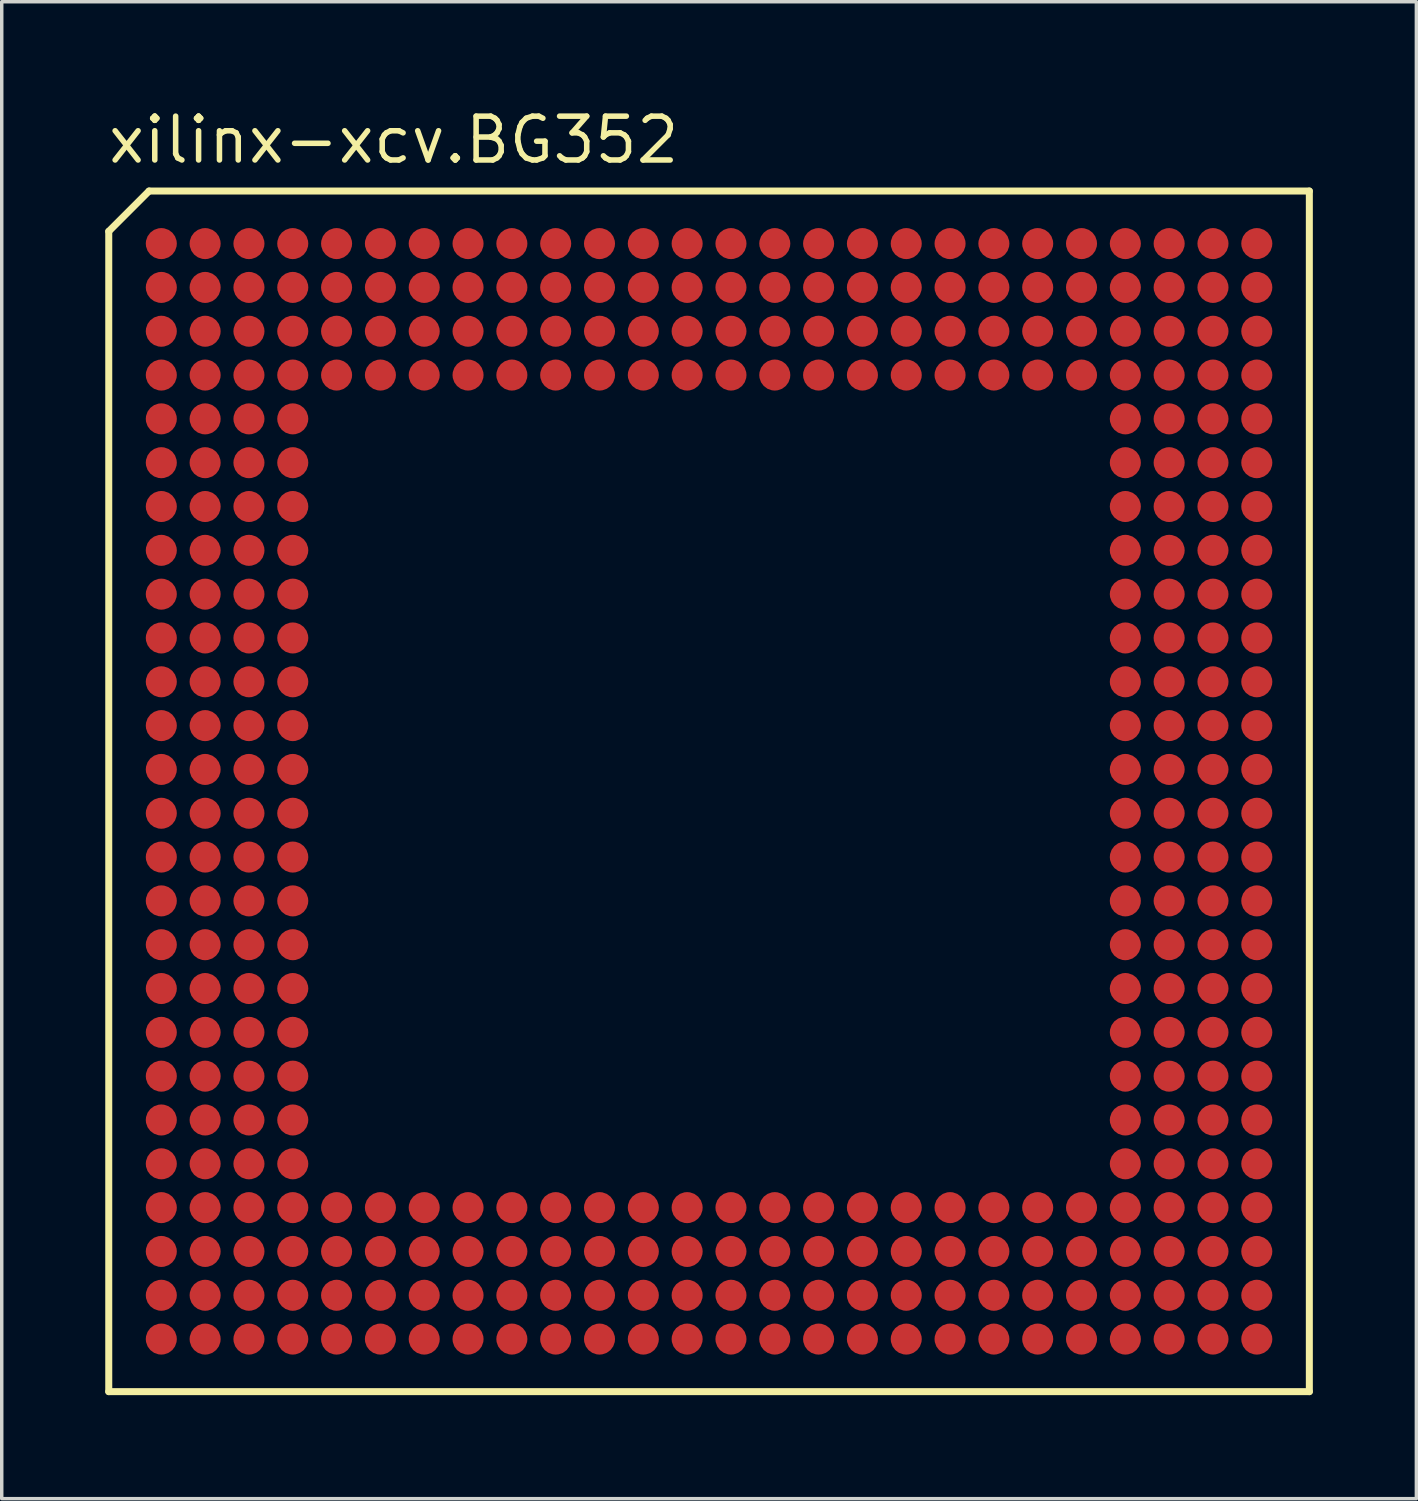
<source format=kicad_pcb>
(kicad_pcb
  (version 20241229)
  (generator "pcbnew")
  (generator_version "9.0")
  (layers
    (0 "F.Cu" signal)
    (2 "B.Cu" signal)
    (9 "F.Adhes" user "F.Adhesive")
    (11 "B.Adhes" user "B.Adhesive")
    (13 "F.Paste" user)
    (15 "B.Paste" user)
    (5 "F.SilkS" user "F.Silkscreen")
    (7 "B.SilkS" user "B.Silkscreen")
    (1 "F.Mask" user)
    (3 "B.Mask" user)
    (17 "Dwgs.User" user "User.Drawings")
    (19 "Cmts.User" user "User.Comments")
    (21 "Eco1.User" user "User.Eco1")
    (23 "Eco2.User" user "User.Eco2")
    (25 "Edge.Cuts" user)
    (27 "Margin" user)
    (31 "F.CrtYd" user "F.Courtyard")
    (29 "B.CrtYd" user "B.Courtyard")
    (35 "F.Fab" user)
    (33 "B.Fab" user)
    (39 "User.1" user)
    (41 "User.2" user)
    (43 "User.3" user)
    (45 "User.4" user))
  (footprint "xilinx-xcv.BG352"
    (layer "F.Cu")
    (at 17.5 19.885)
    (property "Reference" "xilinx-xcv.BG352" (at -17.5 -18.135 0) (layer "F.SilkS") (effects (font (size 1.27 1.27) (thickness 0.16)) (justify left bottom)))
    (attr smd)
    (fp_circle (center -15.875 -15.875) (end -15.525 -15.875) (stroke (width 0.1) (type default)) (fill no) (layer "F.Mask"))
    (fp_circle (center -15.875 -14.605) (end -15.525 -14.605) (stroke (width 0.1) (type default)) (fill no) (layer "F.Mask"))
    (fp_circle (center -15.875 -13.335) (end -15.525 -13.335) (stroke (width 0.1) (type default)) (fill no) (layer "F.Mask"))
    (fp_circle (center -15.875 -12.065) (end -15.525 -12.065) (stroke (width 0.1) (type default)) (fill no) (layer "F.Mask"))
    (fp_circle (center -15.875 -10.795) (end -15.525 -10.795) (stroke (width 0.1) (type default)) (fill no) (layer "F.Mask"))
    (fp_circle (center -15.875 -9.525) (end -15.525 -9.525) (stroke (width 0.1) (type default)) (fill no) (layer "F.Mask"))
    (fp_circle (center -15.875 -8.255) (end -15.525 -8.255) (stroke (width 0.1) (type default)) (fill no) (layer "F.Mask"))
    (fp_circle (center -15.875 -6.985) (end -15.525 -6.985) (stroke (width 0.1) (type default)) (fill no) (layer "F.Mask"))
    (fp_circle (center -15.875 -5.715) (end -15.525 -5.715) (stroke (width 0.1) (type default)) (fill no) (layer "F.Mask"))
    (fp_circle (center -15.875 -4.445) (end -15.525 -4.445) (stroke (width 0.1) (type default)) (fill no) (layer "F.Mask"))
    (fp_circle (center -15.875 -3.175) (end -15.525 -3.175) (stroke (width 0.1) (type default)) (fill no) (layer "F.Mask"))
    (fp_circle (center -15.875 -1.905) (end -15.525 -1.905) (stroke (width 0.1) (type default)) (fill no) (layer "F.Mask"))
    (fp_circle (center -15.875 -0.635) (end -15.525 -0.635) (stroke (width 0.1) (type default)) (fill no) (layer "F.Mask"))
    (fp_circle (center -15.875 0.635) (end -15.525 0.635) (stroke (width 0.1) (type default)) (fill no) (layer "F.Mask"))
    (fp_circle (center -15.875 1.905) (end -15.525 1.905) (stroke (width 0.1) (type default)) (fill no) (layer "F.Mask"))
    (fp_circle (center -15.875 3.175) (end -15.525 3.175) (stroke (width 0.1) (type default)) (fill no) (layer "F.Mask"))
    (fp_circle (center -15.875 4.445) (end -15.525 4.445) (stroke (width 0.1) (type default)) (fill no) (layer "F.Mask"))
    (fp_circle (center -15.875 5.715) (end -15.525 5.715) (stroke (width 0.1) (type default)) (fill no) (layer "F.Mask"))
    (fp_circle (center -15.875 6.985) (end -15.525 6.985) (stroke (width 0.1) (type default)) (fill no) (layer "F.Mask"))
    (fp_circle (center -15.875 8.255) (end -15.525 8.255) (stroke (width 0.1) (type default)) (fill no) (layer "F.Mask"))
    (fp_circle (center -15.875 9.525) (end -15.525 9.525) (stroke (width 0.1) (type default)) (fill no) (layer "F.Mask"))
    (fp_circle (center -15.875 10.795) (end -15.525 10.795) (stroke (width 0.1) (type default)) (fill no) (layer "F.Mask"))
    (fp_circle (center -15.875 12.065) (end -15.525 12.065) (stroke (width 0.1) (type default)) (fill no) (layer "F.Mask"))
    (fp_circle (center -15.875 13.335) (end -15.525 13.335) (stroke (width 0.1) (type default)) (fill no) (layer "F.Mask"))
    (fp_circle (center -15.875 14.605) (end -15.525 14.605) (stroke (width 0.1) (type default)) (fill no) (layer "F.Mask"))
    (fp_circle (center -15.875 15.875) (end -15.525 15.875) (stroke (width 0.1) (type default)) (fill no) (layer "F.Mask"))
    (fp_circle (center -14.605 -15.875) (end -14.255 -15.875) (stroke (width 0.1) (type default)) (fill no) (layer "F.Mask"))
    (fp_circle (center -14.605 -14.605) (end -14.255 -14.605) (stroke (width 0.1) (type default)) (fill no) (layer "F.Mask"))
    (fp_circle (center -14.605 -13.335) (end -14.255 -13.335) (stroke (width 0.1) (type default)) (fill no) (layer "F.Mask"))
    (fp_circle (center -14.605 -12.065) (end -14.255 -12.065) (stroke (width 0.1) (type default)) (fill no) (layer "F.Mask"))
    (fp_circle (center -14.605 -10.795) (end -14.255 -10.795) (stroke (width 0.1) (type default)) (fill no) (layer "F.Mask"))
    (fp_circle (center -14.605 -9.525) (end -14.255 -9.525) (stroke (width 0.1) (type default)) (fill no) (layer "F.Mask"))
    (fp_circle (center -14.605 -8.255) (end -14.255 -8.255) (stroke (width 0.1) (type default)) (fill no) (layer "F.Mask"))
    (fp_circle (center -14.605 -6.985) (end -14.255 -6.985) (stroke (width 0.1) (type default)) (fill no) (layer "F.Mask"))
    (fp_circle (center -14.605 -5.715) (end -14.255 -5.715) (stroke (width 0.1) (type default)) (fill no) (layer "F.Mask"))
    (fp_circle (center -14.605 -4.445) (end -14.255 -4.445) (stroke (width 0.1) (type default)) (fill no) (layer "F.Mask"))
    (fp_circle (center -14.605 -3.175) (end -14.255 -3.175) (stroke (width 0.1) (type default)) (fill no) (layer "F.Mask"))
    (fp_circle (center -14.605 -1.905) (end -14.255 -1.905) (stroke (width 0.1) (type default)) (fill no) (layer "F.Mask"))
    (fp_circle (center -14.605 -0.635) (end -14.255 -0.635) (stroke (width 0.1) (type default)) (fill no) (layer "F.Mask"))
    (fp_circle (center -14.605 0.635) (end -14.255 0.635) (stroke (width 0.1) (type default)) (fill no) (layer "F.Mask"))
    (fp_circle (center -14.605 1.905) (end -14.255 1.905) (stroke (width 0.1) (type default)) (fill no) (layer "F.Mask"))
    (fp_circle (center -14.605 3.175) (end -14.255 3.175) (stroke (width 0.1) (type default)) (fill no) (layer "F.Mask"))
    (fp_circle (center -14.605 4.445) (end -14.255 4.445) (stroke (width 0.1) (type default)) (fill no) (layer "F.Mask"))
    (fp_circle (center -14.605 5.715) (end -14.255 5.715) (stroke (width 0.1) (type default)) (fill no) (layer "F.Mask"))
    (fp_circle (center -14.605 6.985) (end -14.255 6.985) (stroke (width 0.1) (type default)) (fill no) (layer "F.Mask"))
    (fp_circle (center -14.605 8.255) (end -14.255 8.255) (stroke (width 0.1) (type default)) (fill no) (layer "F.Mask"))
    (fp_circle (center -14.605 9.525) (end -14.255 9.525) (stroke (width 0.1) (type default)) (fill no) (layer "F.Mask"))
    (fp_circle (center -14.605 10.795) (end -14.255 10.795) (stroke (width 0.1) (type default)) (fill no) (layer "F.Mask"))
    (fp_circle (center -14.605 12.065) (end -14.255 12.065) (stroke (width 0.1) (type default)) (fill no) (layer "F.Mask"))
    (fp_circle (center -14.605 13.335) (end -14.255 13.335) (stroke (width 0.1) (type default)) (fill no) (layer "F.Mask"))
    (fp_circle (center -14.605 14.605) (end -14.255 14.605) (stroke (width 0.1) (type default)) (fill no) (layer "F.Mask"))
    (fp_circle (center -14.605 15.875) (end -14.255 15.875) (stroke (width 0.1) (type default)) (fill no) (layer "F.Mask"))
    (fp_circle (center -13.335 -15.875) (end -12.985 -15.875) (stroke (width 0.1) (type default)) (fill no) (layer "F.Mask"))
    (fp_circle (center -13.335 -14.605) (end -12.985 -14.605) (stroke (width 0.1) (type default)) (fill no) (layer "F.Mask"))
    (fp_circle (center -13.335 -13.335) (end -12.985 -13.335) (stroke (width 0.1) (type default)) (fill no) (layer "F.Mask"))
    (fp_circle (center -13.335 -12.065) (end -12.985 -12.065) (stroke (width 0.1) (type default)) (fill no) (layer "F.Mask"))
    (fp_circle (center -13.335 -10.795) (end -12.985 -10.795) (stroke (width 0.1) (type default)) (fill no) (layer "F.Mask"))
    (fp_circle (center -13.335 -9.525) (end -12.985 -9.525) (stroke (width 0.1) (type default)) (fill no) (layer "F.Mask"))
    (fp_circle (center -13.335 -8.255) (end -12.985 -8.255) (stroke (width 0.1) (type default)) (fill no) (layer "F.Mask"))
    (fp_circle (center -13.335 -6.985) (end -12.985 -6.985) (stroke (width 0.1) (type default)) (fill no) (layer "F.Mask"))
    (fp_circle (center -13.335 -5.715) (end -12.985 -5.715) (stroke (width 0.1) (type default)) (fill no) (layer "F.Mask"))
    (fp_circle (center -13.335 -4.445) (end -12.985 -4.445) (stroke (width 0.1) (type default)) (fill no) (layer "F.Mask"))
    (fp_circle (center -13.335 -3.175) (end -12.985 -3.175) (stroke (width 0.1) (type default)) (fill no) (layer "F.Mask"))
    (fp_circle (center -13.335 -1.905) (end -12.985 -1.905) (stroke (width 0.1) (type default)) (fill no) (layer "F.Mask"))
    (fp_circle (center -13.335 -0.635) (end -12.985 -0.635) (stroke (width 0.1) (type default)) (fill no) (layer "F.Mask"))
    (fp_circle (center -13.335 0.635) (end -12.985 0.635) (stroke (width 0.1) (type default)) (fill no) (layer "F.Mask"))
    (fp_circle (center -13.335 1.905) (end -12.985 1.905) (stroke (width 0.1) (type default)) (fill no) (layer "F.Mask"))
    (fp_circle (center -13.335 3.175) (end -12.985 3.175) (stroke (width 0.1) (type default)) (fill no) (layer "F.Mask"))
    (fp_circle (center -13.335 4.445) (end -12.985 4.445) (stroke (width 0.1) (type default)) (fill no) (layer "F.Mask"))
    (fp_circle (center -13.335 5.715) (end -12.985 5.715) (stroke (width 0.1) (type default)) (fill no) (layer "F.Mask"))
    (fp_circle (center -13.335 6.985) (end -12.985 6.985) (stroke (width 0.1) (type default)) (fill no) (layer "F.Mask"))
    (fp_circle (center -13.335 8.255) (end -12.985 8.255) (stroke (width 0.1) (type default)) (fill no) (layer "F.Mask"))
    (fp_circle (center -13.335 9.525) (end -12.985 9.525) (stroke (width 0.1) (type default)) (fill no) (layer "F.Mask"))
    (fp_circle (center -13.335 10.795) (end -12.985 10.795) (stroke (width 0.1) (type default)) (fill no) (layer "F.Mask"))
    (fp_circle (center -13.335 12.065) (end -12.985 12.065) (stroke (width 0.1) (type default)) (fill no) (layer "F.Mask"))
    (fp_circle (center -13.335 13.335) (end -12.985 13.335) (stroke (width 0.1) (type default)) (fill no) (layer "F.Mask"))
    (fp_circle (center -13.335 14.605) (end -12.985 14.605) (stroke (width 0.1) (type default)) (fill no) (layer "F.Mask"))
    (fp_circle (center -13.335 15.875) (end -12.985 15.875) (stroke (width 0.1) (type default)) (fill no) (layer "F.Mask"))
    (fp_circle (center -12.065 -15.875) (end -11.715 -15.875) (stroke (width 0.1) (type default)) (fill no) (layer "F.Mask"))
    (fp_circle (center -12.065 -14.605) (end -11.715 -14.605) (stroke (width 0.1) (type default)) (fill no) (layer "F.Mask"))
    (fp_circle (center -12.065 -13.335) (end -11.715 -13.335) (stroke (width 0.1) (type default)) (fill no) (layer "F.Mask"))
    (fp_circle (center -12.065 -12.065) (end -11.715 -12.065) (stroke (width 0.1) (type default)) (fill no) (layer "F.Mask"))
    (fp_circle (center -12.065 -10.795) (end -11.715 -10.795) (stroke (width 0.1) (type default)) (fill no) (layer "F.Mask"))
    (fp_circle (center -12.065 -9.525) (end -11.715 -9.525) (stroke (width 0.1) (type default)) (fill no) (layer "F.Mask"))
    (fp_circle (center -12.065 -8.255) (end -11.715 -8.255) (stroke (width 0.1) (type default)) (fill no) (layer "F.Mask"))
    (fp_circle (center -12.065 -6.985) (end -11.715 -6.985) (stroke (width 0.1) (type default)) (fill no) (layer "F.Mask"))
    (fp_circle (center -12.065 -5.715) (end -11.715 -5.715) (stroke (width 0.1) (type default)) (fill no) (layer "F.Mask"))
    (fp_circle (center -12.065 -4.445) (end -11.715 -4.445) (stroke (width 0.1) (type default)) (fill no) (layer "F.Mask"))
    (fp_circle (center -12.065 -3.175) (end -11.715 -3.175) (stroke (width 0.1) (type default)) (fill no) (layer "F.Mask"))
    (fp_circle (center -12.065 -1.905) (end -11.715 -1.905) (stroke (width 0.1) (type default)) (fill no) (layer "F.Mask"))
    (fp_circle (center -12.065 -0.635) (end -11.715 -0.635) (stroke (width 0.1) (type default)) (fill no) (layer "F.Mask"))
    (fp_circle (center -12.065 0.635) (end -11.715 0.635) (stroke (width 0.1) (type default)) (fill no) (layer "F.Mask"))
    (fp_circle (center -12.065 1.905) (end -11.715 1.905) (stroke (width 0.1) (type default)) (fill no) (layer "F.Mask"))
    (fp_circle (center -12.065 3.175) (end -11.715 3.175) (stroke (width 0.1) (type default)) (fill no) (layer "F.Mask"))
    (fp_circle (center -12.065 4.445) (end -11.715 4.445) (stroke (width 0.1) (type default)) (fill no) (layer "F.Mask"))
    (fp_circle (center -12.065 5.715) (end -11.715 5.715) (stroke (width 0.1) (type default)) (fill no) (layer "F.Mask"))
    (fp_circle (center -12.065 6.985) (end -11.715 6.985) (stroke (width 0.1) (type default)) (fill no) (layer "F.Mask"))
    (fp_circle (center -12.065 8.255) (end -11.715 8.255) (stroke (width 0.1) (type default)) (fill no) (layer "F.Mask"))
    (fp_circle (center -12.065 9.525) (end -11.715 9.525) (stroke (width 0.1) (type default)) (fill no) (layer "F.Mask"))
    (fp_circle (center -12.065 10.795) (end -11.715 10.795) (stroke (width 0.1) (type default)) (fill no) (layer "F.Mask"))
    (fp_circle (center -12.065 12.065) (end -11.715 12.065) (stroke (width 0.1) (type default)) (fill no) (layer "F.Mask"))
    (fp_circle (center -12.065 13.335) (end -11.715 13.335) (stroke (width 0.1) (type default)) (fill no) (layer "F.Mask"))
    (fp_circle (center -12.065 14.605) (end -11.715 14.605) (stroke (width 0.1) (type default)) (fill no) (layer "F.Mask"))
    (fp_circle (center -12.065 15.875) (end -11.715 15.875) (stroke (width 0.1) (type default)) (fill no) (layer "F.Mask"))
    (fp_circle (center -10.795 -15.875) (end -10.445 -15.875) (stroke (width 0.1) (type default)) (fill no) (layer "F.Mask"))
    (fp_circle (center -10.795 -14.605) (end -10.445 -14.605) (stroke (width 0.1) (type default)) (fill no) (layer "F.Mask"))
    (fp_circle (center -10.795 -13.335) (end -10.445 -13.335) (stroke (width 0.1) (type default)) (fill no) (layer "F.Mask"))
    (fp_circle (center -10.795 -12.065) (end -10.445 -12.065) (stroke (width 0.1) (type default)) (fill no) (layer "F.Mask"))
    (fp_circle (center -10.795 12.065) (end -10.445 12.065) (stroke (width 0.1) (type default)) (fill no) (layer "F.Mask"))
    (fp_circle (center -10.795 13.335) (end -10.445 13.335) (stroke (width 0.1) (type default)) (fill no) (layer "F.Mask"))
    (fp_circle (center -10.795 14.605) (end -10.445 14.605) (stroke (width 0.1) (type default)) (fill no) (layer "F.Mask"))
    (fp_circle (center -10.795 15.875) (end -10.445 15.875) (stroke (width 0.1) (type default)) (fill no) (layer "F.Mask"))
    (fp_circle (center -9.525 -15.875) (end -9.175 -15.875) (stroke (width 0.1) (type default)) (fill no) (layer "F.Mask"))
    (fp_circle (center -9.525 -14.605) (end -9.175 -14.605) (stroke (width 0.1) (type default)) (fill no) (layer "F.Mask"))
    (fp_circle (center -9.525 -13.335) (end -9.175 -13.335) (stroke (width 0.1) (type default)) (fill no) (layer "F.Mask"))
    (fp_circle (center -9.525 -12.065) (end -9.175 -12.065) (stroke (width 0.1) (type default)) (fill no) (layer "F.Mask"))
    (fp_circle (center -9.525 12.065) (end -9.175 12.065) (stroke (width 0.1) (type default)) (fill no) (layer "F.Mask"))
    (fp_circle (center -9.525 13.335) (end -9.175 13.335) (stroke (width 0.1) (type default)) (fill no) (layer "F.Mask"))
    (fp_circle (center -9.525 14.605) (end -9.175 14.605) (stroke (width 0.1) (type default)) (fill no) (layer "F.Mask"))
    (fp_circle (center -9.525 15.875) (end -9.175 15.875) (stroke (width 0.1) (type default)) (fill no) (layer "F.Mask"))
    (fp_circle (center -8.255 -15.875) (end -7.905 -15.875) (stroke (width 0.1) (type default)) (fill no) (layer "F.Mask"))
    (fp_circle (center -8.255 -14.605) (end -7.905 -14.605) (stroke (width 0.1) (type default)) (fill no) (layer "F.Mask"))
    (fp_circle (center -8.255 -13.335) (end -7.905 -13.335) (stroke (width 0.1) (type default)) (fill no) (layer "F.Mask"))
    (fp_circle (center -8.255 -12.065) (end -7.905 -12.065) (stroke (width 0.1) (type default)) (fill no) (layer "F.Mask"))
    (fp_circle (center -8.255 12.065) (end -7.905 12.065) (stroke (width 0.1) (type default)) (fill no) (layer "F.Mask"))
    (fp_circle (center -8.255 13.335) (end -7.905 13.335) (stroke (width 0.1) (type default)) (fill no) (layer "F.Mask"))
    (fp_circle (center -8.255 14.605) (end -7.905 14.605) (stroke (width 0.1) (type default)) (fill no) (layer "F.Mask"))
    (fp_circle (center -8.255 15.875) (end -7.905 15.875) (stroke (width 0.1) (type default)) (fill no) (layer "F.Mask"))
    (fp_circle (center -6.985 -15.875) (end -6.635 -15.875) (stroke (width 0.1) (type default)) (fill no) (layer "F.Mask"))
    (fp_circle (center -6.985 -14.605) (end -6.635 -14.605) (stroke (width 0.1) (type default)) (fill no) (layer "F.Mask"))
    (fp_circle (center -6.985 -13.335) (end -6.635 -13.335) (stroke (width 0.1) (type default)) (fill no) (layer "F.Mask"))
    (fp_circle (center -6.985 -12.065) (end -6.635 -12.065) (stroke (width 0.1) (type default)) (fill no) (layer "F.Mask"))
    (fp_circle (center -6.985 12.065) (end -6.635 12.065) (stroke (width 0.1) (type default)) (fill no) (layer "F.Mask"))
    (fp_circle (center -6.985 13.335) (end -6.635 13.335) (stroke (width 0.1) (type default)) (fill no) (layer "F.Mask"))
    (fp_circle (center -6.985 14.605) (end -6.635 14.605) (stroke (width 0.1) (type default)) (fill no) (layer "F.Mask"))
    (fp_circle (center -6.985 15.875) (end -6.635 15.875) (stroke (width 0.1) (type default)) (fill no) (layer "F.Mask"))
    (fp_circle (center -5.715 -15.875) (end -5.365 -15.875) (stroke (width 0.1) (type default)) (fill no) (layer "F.Mask"))
    (fp_circle (center -5.715 -14.605) (end -5.365 -14.605) (stroke (width 0.1) (type default)) (fill no) (layer "F.Mask"))
    (fp_circle (center -5.715 -13.335) (end -5.365 -13.335) (stroke (width 0.1) (type default)) (fill no) (layer "F.Mask"))
    (fp_circle (center -5.715 -12.065) (end -5.365 -12.065) (stroke (width 0.1) (type default)) (fill no) (layer "F.Mask"))
    (fp_circle (center -5.715 12.065) (end -5.365 12.065) (stroke (width 0.1) (type default)) (fill no) (layer "F.Mask"))
    (fp_circle (center -5.715 13.335) (end -5.365 13.335) (stroke (width 0.1) (type default)) (fill no) (layer "F.Mask"))
    (fp_circle (center -5.715 14.605) (end -5.365 14.605) (stroke (width 0.1) (type default)) (fill no) (layer "F.Mask"))
    (fp_circle (center -5.715 15.875) (end -5.365 15.875) (stroke (width 0.1) (type default)) (fill no) (layer "F.Mask"))
    (fp_circle (center -4.445 -15.875) (end -4.095 -15.875) (stroke (width 0.1) (type default)) (fill no) (layer "F.Mask"))
    (fp_circle (center -4.445 -14.605) (end -4.095 -14.605) (stroke (width 0.1) (type default)) (fill no) (layer "F.Mask"))
    (fp_circle (center -4.445 -13.335) (end -4.095 -13.335) (stroke (width 0.1) (type default)) (fill no) (layer "F.Mask"))
    (fp_circle (center -4.445 -12.065) (end -4.095 -12.065) (stroke (width 0.1) (type default)) (fill no) (layer "F.Mask"))
    (fp_circle (center -4.445 12.065) (end -4.095 12.065) (stroke (width 0.1) (type default)) (fill no) (layer "F.Mask"))
    (fp_circle (center -4.445 13.335) (end -4.095 13.335) (stroke (width 0.1) (type default)) (fill no) (layer "F.Mask"))
    (fp_circle (center -4.445 14.605) (end -4.095 14.605) (stroke (width 0.1) (type default)) (fill no) (layer "F.Mask"))
    (fp_circle (center -4.445 15.875) (end -4.095 15.875) (stroke (width 0.1) (type default)) (fill no) (layer "F.Mask"))
    (fp_circle (center -3.175 -15.875) (end -2.825 -15.875) (stroke (width 0.1) (type default)) (fill no) (layer "F.Mask"))
    (fp_circle (center -3.175 -14.605) (end -2.825 -14.605) (stroke (width 0.1) (type default)) (fill no) (layer "F.Mask"))
    (fp_circle (center -3.175 -13.335) (end -2.825 -13.335) (stroke (width 0.1) (type default)) (fill no) (layer "F.Mask"))
    (fp_circle (center -3.175 -12.065) (end -2.825 -12.065) (stroke (width 0.1) (type default)) (fill no) (layer "F.Mask"))
    (fp_circle (center -3.175 12.065) (end -2.825 12.065) (stroke (width 0.1) (type default)) (fill no) (layer "F.Mask"))
    (fp_circle (center -3.175 13.335) (end -2.825 13.335) (stroke (width 0.1) (type default)) (fill no) (layer "F.Mask"))
    (fp_circle (center -3.175 14.605) (end -2.825 14.605) (stroke (width 0.1) (type default)) (fill no) (layer "F.Mask"))
    (fp_circle (center -3.175 15.875) (end -2.825 15.875) (stroke (width 0.1) (type default)) (fill no) (layer "F.Mask"))
    (fp_circle (center -1.905 -15.875) (end -1.555 -15.875) (stroke (width 0.1) (type default)) (fill no) (layer "F.Mask"))
    (fp_circle (center -1.905 -14.605) (end -1.555 -14.605) (stroke (width 0.1) (type default)) (fill no) (layer "F.Mask"))
    (fp_circle (center -1.905 -13.335) (end -1.555 -13.335) (stroke (width 0.1) (type default)) (fill no) (layer "F.Mask"))
    (fp_circle (center -1.905 -12.065) (end -1.555 -12.065) (stroke (width 0.1) (type default)) (fill no) (layer "F.Mask"))
    (fp_circle (center -1.905 12.065) (end -1.555 12.065) (stroke (width 0.1) (type default)) (fill no) (layer "F.Mask"))
    (fp_circle (center -1.905 13.335) (end -1.555 13.335) (stroke (width 0.1) (type default)) (fill no) (layer "F.Mask"))
    (fp_circle (center -1.905 14.605) (end -1.555 14.605) (stroke (width 0.1) (type default)) (fill no) (layer "F.Mask"))
    (fp_circle (center -1.905 15.875) (end -1.555 15.875) (stroke (width 0.1) (type default)) (fill no) (layer "F.Mask"))
    (fp_circle (center -0.635 -15.875) (end -0.285 -15.875) (stroke (width 0.1) (type default)) (fill no) (layer "F.Mask"))
    (fp_circle (center -0.635 -14.605) (end -0.285 -14.605) (stroke (width 0.1) (type default)) (fill no) (layer "F.Mask"))
    (fp_circle (center -0.635 -13.335) (end -0.285 -13.335) (stroke (width 0.1) (type default)) (fill no) (layer "F.Mask"))
    (fp_circle (center -0.635 -12.065) (end -0.285 -12.065) (stroke (width 0.1) (type default)) (fill no) (layer "F.Mask"))
    (fp_circle (center -0.635 12.065) (end -0.285 12.065) (stroke (width 0.1) (type default)) (fill no) (layer "F.Mask"))
    (fp_circle (center -0.635 13.335) (end -0.285 13.335) (stroke (width 0.1) (type default)) (fill no) (layer "F.Mask"))
    (fp_circle (center -0.635 14.605) (end -0.285 14.605) (stroke (width 0.1) (type default)) (fill no) (layer "F.Mask"))
    (fp_circle (center -0.635 15.875) (end -0.285 15.875) (stroke (width 0.1) (type default)) (fill no) (layer "F.Mask"))
    (fp_circle (center 0.635 -15.875) (end 0.985 -15.875) (stroke (width 0.1) (type default)) (fill no) (layer "F.Mask"))
    (fp_circle (center 0.635 -14.605) (end 0.985 -14.605) (stroke (width 0.1) (type default)) (fill no) (layer "F.Mask"))
    (fp_circle (center 0.635 -13.335) (end 0.985 -13.335) (stroke (width 0.1) (type default)) (fill no) (layer "F.Mask"))
    (fp_circle (center 0.635 -12.065) (end 0.985 -12.065) (stroke (width 0.1) (type default)) (fill no) (layer "F.Mask"))
    (fp_circle (center 0.635 12.065) (end 0.985 12.065) (stroke (width 0.1) (type default)) (fill no) (layer "F.Mask"))
    (fp_circle (center 0.635 13.335) (end 0.985 13.335) (stroke (width 0.1) (type default)) (fill no) (layer "F.Mask"))
    (fp_circle (center 0.635 14.605) (end 0.985 14.605) (stroke (width 0.1) (type default)) (fill no) (layer "F.Mask"))
    (fp_circle (center 0.635 15.875) (end 0.985 15.875) (stroke (width 0.1) (type default)) (fill no) (layer "F.Mask"))
    (fp_circle (center 1.905 -15.875) (end 2.255 -15.875) (stroke (width 0.1) (type default)) (fill no) (layer "F.Mask"))
    (fp_circle (center 1.905 -14.605) (end 2.255 -14.605) (stroke (width 0.1) (type default)) (fill no) (layer "F.Mask"))
    (fp_circle (center 1.905 -13.335) (end 2.255 -13.335) (stroke (width 0.1) (type default)) (fill no) (layer "F.Mask"))
    (fp_circle (center 1.905 -12.065) (end 2.255 -12.065) (stroke (width 0.1) (type default)) (fill no) (layer "F.Mask"))
    (fp_circle (center 1.905 12.065) (end 2.255 12.065) (stroke (width 0.1) (type default)) (fill no) (layer "F.Mask"))
    (fp_circle (center 1.905 13.335) (end 2.255 13.335) (stroke (width 0.1) (type default)) (fill no) (layer "F.Mask"))
    (fp_circle (center 1.905 14.605) (end 2.255 14.605) (stroke (width 0.1) (type default)) (fill no) (layer "F.Mask"))
    (fp_circle (center 1.905 15.875) (end 2.255 15.875) (stroke (width 0.1) (type default)) (fill no) (layer "F.Mask"))
    (fp_circle (center 3.175 -15.875) (end 3.525 -15.875) (stroke (width 0.1) (type default)) (fill no) (layer "F.Mask"))
    (fp_circle (center 3.175 -14.605) (end 3.525 -14.605) (stroke (width 0.1) (type default)) (fill no) (layer "F.Mask"))
    (fp_circle (center 3.175 -13.335) (end 3.525 -13.335) (stroke (width 0.1) (type default)) (fill no) (layer "F.Mask"))
    (fp_circle (center 3.175 -12.065) (end 3.525 -12.065) (stroke (width 0.1) (type default)) (fill no) (layer "F.Mask"))
    (fp_circle (center 3.175 12.065) (end 3.525 12.065) (stroke (width 0.1) (type default)) (fill no) (layer "F.Mask"))
    (fp_circle (center 3.175 13.335) (end 3.525 13.335) (stroke (width 0.1) (type default)) (fill no) (layer "F.Mask"))
    (fp_circle (center 3.175 14.605) (end 3.525 14.605) (stroke (width 0.1) (type default)) (fill no) (layer "F.Mask"))
    (fp_circle (center 3.175 15.875) (end 3.525 15.875) (stroke (width 0.1) (type default)) (fill no) (layer "F.Mask"))
    (fp_circle (center 4.445 -15.875) (end 4.795 -15.875) (stroke (width 0.1) (type default)) (fill no) (layer "F.Mask"))
    (fp_circle (center 4.445 -14.605) (end 4.795 -14.605) (stroke (width 0.1) (type default)) (fill no) (layer "F.Mask"))
    (fp_circle (center 4.445 -13.335) (end 4.795 -13.335) (stroke (width 0.1) (type default)) (fill no) (layer "F.Mask"))
    (fp_circle (center 4.445 -12.065) (end 4.795 -12.065) (stroke (width 0.1) (type default)) (fill no) (layer "F.Mask"))
    (fp_circle (center 4.445 12.065) (end 4.795 12.065) (stroke (width 0.1) (type default)) (fill no) (layer "F.Mask"))
    (fp_circle (center 4.445 13.335) (end 4.795 13.335) (stroke (width 0.1) (type default)) (fill no) (layer "F.Mask"))
    (fp_circle (center 4.445 14.605) (end 4.795 14.605) (stroke (width 0.1) (type default)) (fill no) (layer "F.Mask"))
    (fp_circle (center 4.445 15.875) (end 4.795 15.875) (stroke (width 0.1) (type default)) (fill no) (layer "F.Mask"))
    (fp_circle (center 5.715 -15.875) (end 6.065 -15.875) (stroke (width 0.1) (type default)) (fill no) (layer "F.Mask"))
    (fp_circle (center 5.715 -14.605) (end 6.065 -14.605) (stroke (width 0.1) (type default)) (fill no) (layer "F.Mask"))
    (fp_circle (center 5.715 -13.335) (end 6.065 -13.335) (stroke (width 0.1) (type default)) (fill no) (layer "F.Mask"))
    (fp_circle (center 5.715 -12.065) (end 6.065 -12.065) (stroke (width 0.1) (type default)) (fill no) (layer "F.Mask"))
    (fp_circle (center 5.715 12.065) (end 6.065 12.065) (stroke (width 0.1) (type default)) (fill no) (layer "F.Mask"))
    (fp_circle (center 5.715 13.335) (end 6.065 13.335) (stroke (width 0.1) (type default)) (fill no) (layer "F.Mask"))
    (fp_circle (center 5.715 14.605) (end 6.065 14.605) (stroke (width 0.1) (type default)) (fill no) (layer "F.Mask"))
    (fp_circle (center 5.715 15.875) (end 6.065 15.875) (stroke (width 0.1) (type default)) (fill no) (layer "F.Mask"))
    (fp_circle (center 6.985 -15.875) (end 7.335 -15.875) (stroke (width 0.1) (type default)) (fill no) (layer "F.Mask"))
    (fp_circle (center 6.985 -14.605) (end 7.335 -14.605) (stroke (width 0.1) (type default)) (fill no) (layer "F.Mask"))
    (fp_circle (center 6.985 -13.335) (end 7.335 -13.335) (stroke (width 0.1) (type default)) (fill no) (layer "F.Mask"))
    (fp_circle (center 6.985 -12.065) (end 7.335 -12.065) (stroke (width 0.1) (type default)) (fill no) (layer "F.Mask"))
    (fp_circle (center 6.985 12.065) (end 7.335 12.065) (stroke (width 0.1) (type default)) (fill no) (layer "F.Mask"))
    (fp_circle (center 6.985 13.335) (end 7.335 13.335) (stroke (width 0.1) (type default)) (fill no) (layer "F.Mask"))
    (fp_circle (center 6.985 14.605) (end 7.335 14.605) (stroke (width 0.1) (type default)) (fill no) (layer "F.Mask"))
    (fp_circle (center 6.985 15.875) (end 7.335 15.875) (stroke (width 0.1) (type default)) (fill no) (layer "F.Mask"))
    (fp_circle (center 8.255 -15.875) (end 8.605 -15.875) (stroke (width 0.1) (type default)) (fill no) (layer "F.Mask"))
    (fp_circle (center 8.255 -14.605) (end 8.605 -14.605) (stroke (width 0.1) (type default)) (fill no) (layer "F.Mask"))
    (fp_circle (center 8.255 -13.335) (end 8.605 -13.335) (stroke (width 0.1) (type default)) (fill no) (layer "F.Mask"))
    (fp_circle (center 8.255 -12.065) (end 8.605 -12.065) (stroke (width 0.1) (type default)) (fill no) (layer "F.Mask"))
    (fp_circle (center 8.255 12.065) (end 8.605 12.065) (stroke (width 0.1) (type default)) (fill no) (layer "F.Mask"))
    (fp_circle (center 8.255 13.335) (end 8.605 13.335) (stroke (width 0.1) (type default)) (fill no) (layer "F.Mask"))
    (fp_circle (center 8.255 14.605) (end 8.605 14.605) (stroke (width 0.1) (type default)) (fill no) (layer "F.Mask"))
    (fp_circle (center 8.255 15.875) (end 8.605 15.875) (stroke (width 0.1) (type default)) (fill no) (layer "F.Mask"))
    (fp_circle (center 9.525 -15.875) (end 9.875 -15.875) (stroke (width 0.1) (type default)) (fill no) (layer "F.Mask"))
    (fp_circle (center 9.525 -14.605) (end 9.875 -14.605) (stroke (width 0.1) (type default)) (fill no) (layer "F.Mask"))
    (fp_circle (center 9.525 -13.335) (end 9.875 -13.335) (stroke (width 0.1) (type default)) (fill no) (layer "F.Mask"))
    (fp_circle (center 9.525 -12.065) (end 9.875 -12.065) (stroke (width 0.1) (type default)) (fill no) (layer "F.Mask"))
    (fp_circle (center 9.525 12.065) (end 9.875 12.065) (stroke (width 0.1) (type default)) (fill no) (layer "F.Mask"))
    (fp_circle (center 9.525 13.335) (end 9.875 13.335) (stroke (width 0.1) (type default)) (fill no) (layer "F.Mask"))
    (fp_circle (center 9.525 14.605) (end 9.875 14.605) (stroke (width 0.1) (type default)) (fill no) (layer "F.Mask"))
    (fp_circle (center 9.525 15.875) (end 9.875 15.875) (stroke (width 0.1) (type default)) (fill no) (layer "F.Mask"))
    (fp_circle (center 10.795 -15.875) (end 11.145 -15.875) (stroke (width 0.1) (type default)) (fill no) (layer "F.Mask"))
    (fp_circle (center 10.795 -14.605) (end 11.145 -14.605) (stroke (width 0.1) (type default)) (fill no) (layer "F.Mask"))
    (fp_circle (center 10.795 -13.335) (end 11.145 -13.335) (stroke (width 0.1) (type default)) (fill no) (layer "F.Mask"))
    (fp_circle (center 10.795 -12.065) (end 11.145 -12.065) (stroke (width 0.1) (type default)) (fill no) (layer "F.Mask"))
    (fp_circle (center 10.795 12.065) (end 11.145 12.065) (stroke (width 0.1) (type default)) (fill no) (layer "F.Mask"))
    (fp_circle (center 10.795 13.335) (end 11.145 13.335) (stroke (width 0.1) (type default)) (fill no) (layer "F.Mask"))
    (fp_circle (center 10.795 14.605) (end 11.145 14.605) (stroke (width 0.1) (type default)) (fill no) (layer "F.Mask"))
    (fp_circle (center 10.795 15.875) (end 11.145 15.875) (stroke (width 0.1) (type default)) (fill no) (layer "F.Mask"))
    (fp_circle (center 12.065 -15.875) (end 12.415 -15.875) (stroke (width 0.1) (type default)) (fill no) (layer "F.Mask"))
    (fp_circle (center 12.065 -14.605) (end 12.415 -14.605) (stroke (width 0.1) (type default)) (fill no) (layer "F.Mask"))
    (fp_circle (center 12.065 -13.335) (end 12.415 -13.335) (stroke (width 0.1) (type default)) (fill no) (layer "F.Mask"))
    (fp_circle (center 12.065 -12.065) (end 12.415 -12.065) (stroke (width 0.1) (type default)) (fill no) (layer "F.Mask"))
    (fp_circle (center 12.065 -10.795) (end 12.415 -10.795) (stroke (width 0.1) (type default)) (fill no) (layer "F.Mask"))
    (fp_circle (center 12.065 -9.525) (end 12.415 -9.525) (stroke (width 0.1) (type default)) (fill no) (layer "F.Mask"))
    (fp_circle (center 12.065 -8.255) (end 12.415 -8.255) (stroke (width 0.1) (type default)) (fill no) (layer "F.Mask"))
    (fp_circle (center 12.065 -6.985) (end 12.415 -6.985) (stroke (width 0.1) (type default)) (fill no) (layer "F.Mask"))
    (fp_circle (center 12.065 -5.715) (end 12.415 -5.715) (stroke (width 0.1) (type default)) (fill no) (layer "F.Mask"))
    (fp_circle (center 12.065 -4.445) (end 12.415 -4.445) (stroke (width 0.1) (type default)) (fill no) (layer "F.Mask"))
    (fp_circle (center 12.065 -3.175) (end 12.415 -3.175) (stroke (width 0.1) (type default)) (fill no) (layer "F.Mask"))
    (fp_circle (center 12.065 -1.905) (end 12.415 -1.905) (stroke (width 0.1) (type default)) (fill no) (layer "F.Mask"))
    (fp_circle (center 12.065 -0.635) (end 12.415 -0.635) (stroke (width 0.1) (type default)) (fill no) (layer "F.Mask"))
    (fp_circle (center 12.065 0.635) (end 12.415 0.635) (stroke (width 0.1) (type default)) (fill no) (layer "F.Mask"))
    (fp_circle (center 12.065 1.905) (end 12.415 1.905) (stroke (width 0.1) (type default)) (fill no) (layer "F.Mask"))
    (fp_circle (center 12.065 3.175) (end 12.415 3.175) (stroke (width 0.1) (type default)) (fill no) (layer "F.Mask"))
    (fp_circle (center 12.065 4.445) (end 12.415 4.445) (stroke (width 0.1) (type default)) (fill no) (layer "F.Mask"))
    (fp_circle (center 12.065 5.715) (end 12.415 5.715) (stroke (width 0.1) (type default)) (fill no) (layer "F.Mask"))
    (fp_circle (center 12.065 6.985) (end 12.415 6.985) (stroke (width 0.1) (type default)) (fill no) (layer "F.Mask"))
    (fp_circle (center 12.065 8.255) (end 12.415 8.255) (stroke (width 0.1) (type default)) (fill no) (layer "F.Mask"))
    (fp_circle (center 12.065 9.525) (end 12.415 9.525) (stroke (width 0.1) (type default)) (fill no) (layer "F.Mask"))
    (fp_circle (center 12.065 10.795) (end 12.415 10.795) (stroke (width 0.1) (type default)) (fill no) (layer "F.Mask"))
    (fp_circle (center 12.065 12.065) (end 12.415 12.065) (stroke (width 0.1) (type default)) (fill no) (layer "F.Mask"))
    (fp_circle (center 12.065 13.335) (end 12.415 13.335) (stroke (width 0.1) (type default)) (fill no) (layer "F.Mask"))
    (fp_circle (center 12.065 14.605) (end 12.415 14.605) (stroke (width 0.1) (type default)) (fill no) (layer "F.Mask"))
    (fp_circle (center 12.065 15.875) (end 12.415 15.875) (stroke (width 0.1) (type default)) (fill no) (layer "F.Mask"))
    (fp_circle (center 13.335 -15.875) (end 13.685 -15.875) (stroke (width 0.1) (type default)) (fill no) (layer "F.Mask"))
    (fp_circle (center 13.335 -14.605) (end 13.685 -14.605) (stroke (width 0.1) (type default)) (fill no) (layer "F.Mask"))
    (fp_circle (center 13.335 -13.335) (end 13.685 -13.335) (stroke (width 0.1) (type default)) (fill no) (layer "F.Mask"))
    (fp_circle (center 13.335 -12.065) (end 13.685 -12.065) (stroke (width 0.1) (type default)) (fill no) (layer "F.Mask"))
    (fp_circle (center 13.335 -10.795) (end 13.685 -10.795) (stroke (width 0.1) (type default)) (fill no) (layer "F.Mask"))
    (fp_circle (center 13.335 -9.525) (end 13.685 -9.525) (stroke (width 0.1) (type default)) (fill no) (layer "F.Mask"))
    (fp_circle (center 13.335 -8.255) (end 13.685 -8.255) (stroke (width 0.1) (type default)) (fill no) (layer "F.Mask"))
    (fp_circle (center 13.335 -6.985) (end 13.685 -6.985) (stroke (width 0.1) (type default)) (fill no) (layer "F.Mask"))
    (fp_circle (center 13.335 -5.715) (end 13.685 -5.715) (stroke (width 0.1) (type default)) (fill no) (layer "F.Mask"))
    (fp_circle (center 13.335 -4.445) (end 13.685 -4.445) (stroke (width 0.1) (type default)) (fill no) (layer "F.Mask"))
    (fp_circle (center 13.335 -3.175) (end 13.685 -3.175) (stroke (width 0.1) (type default)) (fill no) (layer "F.Mask"))
    (fp_circle (center 13.335 -1.905) (end 13.685 -1.905) (stroke (width 0.1) (type default)) (fill no) (layer "F.Mask"))
    (fp_circle (center 13.335 -0.635) (end 13.685 -0.635) (stroke (width 0.1) (type default)) (fill no) (layer "F.Mask"))
    (fp_circle (center 13.335 0.635) (end 13.685 0.635) (stroke (width 0.1) (type default)) (fill no) (layer "F.Mask"))
    (fp_circle (center 13.335 1.905) (end 13.685 1.905) (stroke (width 0.1) (type default)) (fill no) (layer "F.Mask"))
    (fp_circle (center 13.335 3.175) (end 13.685 3.175) (stroke (width 0.1) (type default)) (fill no) (layer "F.Mask"))
    (fp_circle (center 13.335 4.445) (end 13.685 4.445) (stroke (width 0.1) (type default)) (fill no) (layer "F.Mask"))
    (fp_circle (center 13.335 5.715) (end 13.685 5.715) (stroke (width 0.1) (type default)) (fill no) (layer "F.Mask"))
    (fp_circle (center 13.335 6.985) (end 13.685 6.985) (stroke (width 0.1) (type default)) (fill no) (layer "F.Mask"))
    (fp_circle (center 13.335 8.255) (end 13.685 8.255) (stroke (width 0.1) (type default)) (fill no) (layer "F.Mask"))
    (fp_circle (center 13.335 9.525) (end 13.685 9.525) (stroke (width 0.1) (type default)) (fill no) (layer "F.Mask"))
    (fp_circle (center 13.335 10.795) (end 13.685 10.795) (stroke (width 0.1) (type default)) (fill no) (layer "F.Mask"))
    (fp_circle (center 13.335 12.065) (end 13.685 12.065) (stroke (width 0.1) (type default)) (fill no) (layer "F.Mask"))
    (fp_circle (center 13.335 13.335) (end 13.685 13.335) (stroke (width 0.1) (type default)) (fill no) (layer "F.Mask"))
    (fp_circle (center 13.335 14.605) (end 13.685 14.605) (stroke (width 0.1) (type default)) (fill no) (layer "F.Mask"))
    (fp_circle (center 13.335 15.875) (end 13.685 15.875) (stroke (width 0.1) (type default)) (fill no) (layer "F.Mask"))
    (fp_circle (center 14.605 -15.875) (end 14.955 -15.875) (stroke (width 0.1) (type default)) (fill no) (layer "F.Mask"))
    (fp_circle (center 14.605 -14.605) (end 14.955 -14.605) (stroke (width 0.1) (type default)) (fill no) (layer "F.Mask"))
    (fp_circle (center 14.605 -13.335) (end 14.955 -13.335) (stroke (width 0.1) (type default)) (fill no) (layer "F.Mask"))
    (fp_circle (center 14.605 -12.065) (end 14.955 -12.065) (stroke (width 0.1) (type default)) (fill no) (layer "F.Mask"))
    (fp_circle (center 14.605 -10.795) (end 14.955 -10.795) (stroke (width 0.1) (type default)) (fill no) (layer "F.Mask"))
    (fp_circle (center 14.605 -9.525) (end 14.955 -9.525) (stroke (width 0.1) (type default)) (fill no) (layer "F.Mask"))
    (fp_circle (center 14.605 -8.255) (end 14.955 -8.255) (stroke (width 0.1) (type default)) (fill no) (layer "F.Mask"))
    (fp_circle (center 14.605 -6.985) (end 14.955 -6.985) (stroke (width 0.1) (type default)) (fill no) (layer "F.Mask"))
    (fp_circle (center 14.605 -5.715) (end 14.955 -5.715) (stroke (width 0.1) (type default)) (fill no) (layer "F.Mask"))
    (fp_circle (center 14.605 -4.445) (end 14.955 -4.445) (stroke (width 0.1) (type default)) (fill no) (layer "F.Mask"))
    (fp_circle (center 14.605 -3.175) (end 14.955 -3.175) (stroke (width 0.1) (type default)) (fill no) (layer "F.Mask"))
    (fp_circle (center 14.605 -1.905) (end 14.955 -1.905) (stroke (width 0.1) (type default)) (fill no) (layer "F.Mask"))
    (fp_circle (center 14.605 -0.635) (end 14.955 -0.635) (stroke (width 0.1) (type default)) (fill no) (layer "F.Mask"))
    (fp_circle (center 14.605 0.635) (end 14.955 0.635) (stroke (width 0.1) (type default)) (fill no) (layer "F.Mask"))
    (fp_circle (center 14.605 1.905) (end 14.955 1.905) (stroke (width 0.1) (type default)) (fill no) (layer "F.Mask"))
    (fp_circle (center 14.605 3.175) (end 14.955 3.175) (stroke (width 0.1) (type default)) (fill no) (layer "F.Mask"))
    (fp_circle (center 14.605 4.445) (end 14.955 4.445) (stroke (width 0.1) (type default)) (fill no) (layer "F.Mask"))
    (fp_circle (center 14.605 5.715) (end 14.955 5.715) (stroke (width 0.1) (type default)) (fill no) (layer "F.Mask"))
    (fp_circle (center 14.605 6.985) (end 14.955 6.985) (stroke (width 0.1) (type default)) (fill no) (layer "F.Mask"))
    (fp_circle (center 14.605 8.255) (end 14.955 8.255) (stroke (width 0.1) (type default)) (fill no) (layer "F.Mask"))
    (fp_circle (center 14.605 9.525) (end 14.955 9.525) (stroke (width 0.1) (type default)) (fill no) (layer "F.Mask"))
    (fp_circle (center 14.605 10.795) (end 14.955 10.795) (stroke (width 0.1) (type default)) (fill no) (layer "F.Mask"))
    (fp_circle (center 14.605 12.065) (end 14.955 12.065) (stroke (width 0.1) (type default)) (fill no) (layer "F.Mask"))
    (fp_circle (center 14.605 13.335) (end 14.955 13.335) (stroke (width 0.1) (type default)) (fill no) (layer "F.Mask"))
    (fp_circle (center 14.605 14.605) (end 14.955 14.605) (stroke (width 0.1) (type default)) (fill no) (layer "F.Mask"))
    (fp_circle (center 14.605 15.875) (end 14.955 15.875) (stroke (width 0.1) (type default)) (fill no) (layer "F.Mask"))
    (fp_circle (center 15.875 -15.875) (end 16.225 -15.875) (stroke (width 0.1) (type default)) (fill no) (layer "F.Mask"))
    (fp_circle (center 15.875 -14.605) (end 16.225 -14.605) (stroke (width 0.1) (type default)) (fill no) (layer "F.Mask"))
    (fp_circle (center 15.875 -13.335) (end 16.225 -13.335) (stroke (width 0.1) (type default)) (fill no) (layer "F.Mask"))
    (fp_circle (center 15.875 -12.065) (end 16.225 -12.065) (stroke (width 0.1) (type default)) (fill no) (layer "F.Mask"))
    (fp_circle (center 15.875 -10.795) (end 16.225 -10.795) (stroke (width 0.1) (type default)) (fill no) (layer "F.Mask"))
    (fp_circle (center 15.875 -9.525) (end 16.225 -9.525) (stroke (width 0.1) (type default)) (fill no) (layer "F.Mask"))
    (fp_circle (center 15.875 -8.255) (end 16.225 -8.255) (stroke (width 0.1) (type default)) (fill no) (layer "F.Mask"))
    (fp_circle (center 15.875 -6.985) (end 16.225 -6.985) (stroke (width 0.1) (type default)) (fill no) (layer "F.Mask"))
    (fp_circle (center 15.875 -5.715) (end 16.225 -5.715) (stroke (width 0.1) (type default)) (fill no) (layer "F.Mask"))
    (fp_circle (center 15.875 -4.445) (end 16.225 -4.445) (stroke (width 0.1) (type default)) (fill no) (layer "F.Mask"))
    (fp_circle (center 15.875 -3.175) (end 16.225 -3.175) (stroke (width 0.1) (type default)) (fill no) (layer "F.Mask"))
    (fp_circle (center 15.875 -1.905) (end 16.225 -1.905) (stroke (width 0.1) (type default)) (fill no) (layer "F.Mask"))
    (fp_circle (center 15.875 -0.635) (end 16.225 -0.635) (stroke (width 0.1) (type default)) (fill no) (layer "F.Mask"))
    (fp_circle (center 15.875 0.635) (end 16.225 0.635) (stroke (width 0.1) (type default)) (fill no) (layer "F.Mask"))
    (fp_circle (center 15.875 1.905) (end 16.225 1.905) (stroke (width 0.1) (type default)) (fill no) (layer "F.Mask"))
    (fp_circle (center 15.875 3.175) (end 16.225 3.175) (stroke (width 0.1) (type default)) (fill no) (layer "F.Mask"))
    (fp_circle (center 15.875 4.445) (end 16.225 4.445) (stroke (width 0.1) (type default)) (fill no) (layer "F.Mask"))
    (fp_circle (center 15.875 5.715) (end 16.225 5.715) (stroke (width 0.1) (type default)) (fill no) (layer "F.Mask"))
    (fp_circle (center 15.875 6.985) (end 16.225 6.985) (stroke (width 0.1) (type default)) (fill no) (layer "F.Mask"))
    (fp_circle (center 15.875 8.255) (end 16.225 8.255) (stroke (width 0.1) (type default)) (fill no) (layer "F.Mask"))
    (fp_circle (center 15.875 9.525) (end 16.225 9.525) (stroke (width 0.1) (type default)) (fill no) (layer "F.Mask"))
    (fp_circle (center 15.875 10.795) (end 16.225 10.795) (stroke (width 0.1) (type default)) (fill no) (layer "F.Mask"))
    (fp_circle (center 15.875 12.065) (end 16.225 12.065) (stroke (width 0.1) (type default)) (fill no) (layer "F.Mask"))
    (fp_circle (center 15.875 13.335) (end 16.225 13.335) (stroke (width 0.1) (type default)) (fill no) (layer "F.Mask"))
    (fp_circle (center 15.875 14.605) (end 16.225 14.605) (stroke (width 0.1) (type default)) (fill no) (layer "F.Mask"))
    (fp_circle (center 15.875 15.875) (end 16.225 15.875) (stroke (width 0.1) (type default)) (fill no) (layer "F.Mask"))
    (fp_line (start -17.398 -16.23) (end -17.398 17.398) (stroke (width 0.203) (type default)) (layer "F.SilkS"))
    (fp_line (start -17.398 -16.23) (end -16.23 -17.398) (stroke (width 0.203) (type default)) (layer "F.SilkS"))
    (fp_line (start -17.398 17.398) (end 17.398 17.398) (stroke (width 0.203) (type default)) (layer "F.SilkS"))
    (fp_line (start 17.398 -17.398) (end -16.23 -17.398) (stroke (width 0.203) (type default)) (layer "F.SilkS"))
    (fp_line (start 17.398 17.398) (end 17.398 -17.398) (stroke (width 0.203) (type default)) (layer "F.SilkS"))
    (pad "A1" smd roundrect (at -15.875 -15.875) (size 0.9 0.9) (layers "F.Cu" "F.Mask" "F.Paste") (roundrect_rratio 0.5))
    (pad "A2" smd roundrect (at -14.605 -15.875) (size 0.9 0.9) (layers "F.Cu" "F.Mask" "F.Paste") (roundrect_rratio 0.5))
    (pad "A3" smd roundrect (at -13.335 -15.875) (size 0.9 0.9) (layers "F.Cu" "F.Mask" "F.Paste") (roundrect_rratio 0.5))
    (pad "A4" smd roundrect (at -12.065 -15.875) (size 0.9 0.9) (layers "F.Cu" "F.Mask" "F.Paste") (roundrect_rratio 0.5))
    (pad "A5" smd roundrect (at -10.795 -15.875) (size 0.9 0.9) (layers "F.Cu" "F.Mask" "F.Paste") (roundrect_rratio 0.5))
    (pad "A6" smd roundrect (at -9.525 -15.875) (size 0.9 0.9) (layers "F.Cu" "F.Mask" "F.Paste") (roundrect_rratio 0.5))
    (pad "A7" smd roundrect (at -8.255 -15.875) (size 0.9 0.9) (layers "F.Cu" "F.Mask" "F.Paste") (roundrect_rratio 0.5))
    (pad "A8" smd roundrect (at -6.985 -15.875) (size 0.9 0.9) (layers "F.Cu" "F.Mask" "F.Paste") (roundrect_rratio 0.5))
    (pad "A9" smd roundrect (at -5.715 -15.875) (size 0.9 0.9) (layers "F.Cu" "F.Mask" "F.Paste") (roundrect_rratio 0.5))
    (pad "A10" smd roundrect (at -4.445 -15.875) (size 0.9 0.9) (layers "F.Cu" "F.Mask" "F.Paste") (roundrect_rratio 0.5))
    (pad "A11" smd roundrect (at -3.175 -15.875) (size 0.9 0.9) (layers "F.Cu" "F.Mask" "F.Paste") (roundrect_rratio 0.5))
    (pad "A12" smd roundrect (at -1.905 -15.875) (size 0.9 0.9) (layers "F.Cu" "F.Mask" "F.Paste") (roundrect_rratio 0.5))
    (pad "A13" smd roundrect (at -0.635 -15.875) (size 0.9 0.9) (layers "F.Cu" "F.Mask" "F.Paste") (roundrect_rratio 0.5))
    (pad "A14" smd roundrect (at 0.635 -15.875) (size 0.9 0.9) (layers "F.Cu" "F.Mask" "F.Paste") (roundrect_rratio 0.5))
    (pad "A15" smd roundrect (at 1.905 -15.875) (size 0.9 0.9) (layers "F.Cu" "F.Mask" "F.Paste") (roundrect_rratio 0.5))
    (pad "A16" smd roundrect (at 3.175 -15.875) (size 0.9 0.9) (layers "F.Cu" "F.Mask" "F.Paste") (roundrect_rratio 0.5))
    (pad "A17" smd roundrect (at 4.445 -15.875) (size 0.9 0.9) (layers "F.Cu" "F.Mask" "F.Paste") (roundrect_rratio 0.5))
    (pad "A18" smd roundrect (at 5.715 -15.875) (size 0.9 0.9) (layers "F.Cu" "F.Mask" "F.Paste") (roundrect_rratio 0.5))
    (pad "A19" smd roundrect (at 6.985 -15.875) (size 0.9 0.9) (layers "F.Cu" "F.Mask" "F.Paste") (roundrect_rratio 0.5))
    (pad "A20" smd roundrect (at 8.255 -15.875) (size 0.9 0.9) (layers "F.Cu" "F.Mask" "F.Paste") (roundrect_rratio 0.5))
    (pad "A21" smd roundrect (at 9.525 -15.875) (size 0.9 0.9) (layers "F.Cu" "F.Mask" "F.Paste") (roundrect_rratio 0.5))
    (pad "A22" smd roundrect (at 10.795 -15.875) (size 0.9 0.9) (layers "F.Cu" "F.Mask" "F.Paste") (roundrect_rratio 0.5))
    (pad "A23" smd roundrect (at 12.065 -15.875) (size 0.9 0.9) (layers "F.Cu" "F.Mask" "F.Paste") (roundrect_rratio 0.5))
    (pad "A24" smd roundrect (at 13.335 -15.875) (size 0.9 0.9) (layers "F.Cu" "F.Mask" "F.Paste") (roundrect_rratio 0.5))
    (pad "A25" smd roundrect (at 14.605 -15.875) (size 0.9 0.9) (layers "F.Cu" "F.Mask" "F.Paste") (roundrect_rratio 0.5))
    (pad "A26" smd roundrect (at 15.875 -15.875) (size 0.9 0.9) (layers "F.Cu" "F.Mask" "F.Paste") (roundrect_rratio 0.5))
    (pad "AA1" smd roundrect (at -15.875 9.525) (size 0.9 0.9) (layers "F.Cu" "F.Mask" "F.Paste") (roundrect_rratio 0.5))
    (pad "AA2" smd roundrect (at -14.605 9.525) (size 0.9 0.9) (layers "F.Cu" "F.Mask" "F.Paste") (roundrect_rratio 0.5))
    (pad "AA3" smd roundrect (at -13.335 9.525) (size 0.9 0.9) (layers "F.Cu" "F.Mask" "F.Paste") (roundrect_rratio 0.5))
    (pad "AA4" smd roundrect (at -12.065 9.525) (size 0.9 0.9) (layers "F.Cu" "F.Mask" "F.Paste") (roundrect_rratio 0.5))
    (pad "AA23" smd roundrect (at 12.065 9.525) (size 0.9 0.9) (layers "F.Cu" "F.Mask" "F.Paste") (roundrect_rratio 0.5))
    (pad "AA24" smd roundrect (at 13.335 9.525) (size 0.9 0.9) (layers "F.Cu" "F.Mask" "F.Paste") (roundrect_rratio 0.5))
    (pad "AA25" smd roundrect (at 14.605 9.525) (size 0.9 0.9) (layers "F.Cu" "F.Mask" "F.Paste") (roundrect_rratio 0.5))
    (pad "AA26" smd roundrect (at 15.875 9.525) (size 0.9 0.9) (layers "F.Cu" "F.Mask" "F.Paste") (roundrect_rratio 0.5))
    (pad "AB1" smd roundrect (at -15.875 10.795) (size 0.9 0.9) (layers "F.Cu" "F.Mask" "F.Paste") (roundrect_rratio 0.5))
    (pad "AB2" smd roundrect (at -14.605 10.795) (size 0.9 0.9) (layers "F.Cu" "F.Mask" "F.Paste") (roundrect_rratio 0.5))
    (pad "AB3" smd roundrect (at -13.335 10.795) (size 0.9 0.9) (layers "F.Cu" "F.Mask" "F.Paste") (roundrect_rratio 0.5))
    (pad "AB4" smd roundrect (at -12.065 10.795) (size 0.9 0.9) (layers "F.Cu" "F.Mask" "F.Paste") (roundrect_rratio 0.5))
    (pad "AB23" smd roundrect (at 12.065 10.795) (size 0.9 0.9) (layers "F.Cu" "F.Mask" "F.Paste") (roundrect_rratio 0.5))
    (pad "AB24" smd roundrect (at 13.335 10.795) (size 0.9 0.9) (layers "F.Cu" "F.Mask" "F.Paste") (roundrect_rratio 0.5))
    (pad "AB25" smd roundrect (at 14.605 10.795) (size 0.9 0.9) (layers "F.Cu" "F.Mask" "F.Paste") (roundrect_rratio 0.5))
    (pad "AB26" smd roundrect (at 15.875 10.795) (size 0.9 0.9) (layers "F.Cu" "F.Mask" "F.Paste") (roundrect_rratio 0.5))
    (pad "AC1" smd roundrect (at -15.875 12.065) (size 0.9 0.9) (layers "F.Cu" "F.Mask" "F.Paste") (roundrect_rratio 0.5))
    (pad "AC2" smd roundrect (at -14.605 12.065) (size 0.9 0.9) (layers "F.Cu" "F.Mask" "F.Paste") (roundrect_rratio 0.5))
    (pad "AC3" smd roundrect (at -13.335 12.065) (size 0.9 0.9) (layers "F.Cu" "F.Mask" "F.Paste") (roundrect_rratio 0.5))
    (pad "AC4" smd roundrect (at -12.065 12.065) (size 0.9 0.9) (layers "F.Cu" "F.Mask" "F.Paste") (roundrect_rratio 0.5))
    (pad "AC5" smd roundrect (at -10.795 12.065) (size 0.9 0.9) (layers "F.Cu" "F.Mask" "F.Paste") (roundrect_rratio 0.5))
    (pad "AC6" smd roundrect (at -9.525 12.065) (size 0.9 0.9) (layers "F.Cu" "F.Mask" "F.Paste") (roundrect_rratio 0.5))
    (pad "AC7" smd roundrect (at -8.255 12.065) (size 0.9 0.9) (layers "F.Cu" "F.Mask" "F.Paste") (roundrect_rratio 0.5))
    (pad "AC8" smd roundrect (at -6.985 12.065) (size 0.9 0.9) (layers "F.Cu" "F.Mask" "F.Paste") (roundrect_rratio 0.5))
    (pad "AC9" smd roundrect (at -5.715 12.065) (size 0.9 0.9) (layers "F.Cu" "F.Mask" "F.Paste") (roundrect_rratio 0.5))
    (pad "AC10" smd roundrect (at -4.445 12.065) (size 0.9 0.9) (layers "F.Cu" "F.Mask" "F.Paste") (roundrect_rratio 0.5))
    (pad "AC11" smd roundrect (at -3.175 12.065) (size 0.9 0.9) (layers "F.Cu" "F.Mask" "F.Paste") (roundrect_rratio 0.5))
    (pad "AC12" smd roundrect (at -1.905 12.065) (size 0.9 0.9) (layers "F.Cu" "F.Mask" "F.Paste") (roundrect_rratio 0.5))
    (pad "AC13" smd roundrect (at -0.635 12.065) (size 0.9 0.9) (layers "F.Cu" "F.Mask" "F.Paste") (roundrect_rratio 0.5))
    (pad "AC14" smd roundrect (at 0.635 12.065) (size 0.9 0.9) (layers "F.Cu" "F.Mask" "F.Paste") (roundrect_rratio 0.5))
    (pad "AC15" smd roundrect (at 1.905 12.065) (size 0.9 0.9) (layers "F.Cu" "F.Mask" "F.Paste") (roundrect_rratio 0.5))
    (pad "AC16" smd roundrect (at 3.175 12.065) (size 0.9 0.9) (layers "F.Cu" "F.Mask" "F.Paste") (roundrect_rratio 0.5))
    (pad "AC17" smd roundrect (at 4.445 12.065) (size 0.9 0.9) (layers "F.Cu" "F.Mask" "F.Paste") (roundrect_rratio 0.5))
    (pad "AC18" smd roundrect (at 5.715 12.065) (size 0.9 0.9) (layers "F.Cu" "F.Mask" "F.Paste") (roundrect_rratio 0.5))
    (pad "AC19" smd roundrect (at 6.985 12.065) (size 0.9 0.9) (layers "F.Cu" "F.Mask" "F.Paste") (roundrect_rratio 0.5))
    (pad "AC20" smd roundrect (at 8.255 12.065) (size 0.9 0.9) (layers "F.Cu" "F.Mask" "F.Paste") (roundrect_rratio 0.5))
    (pad "AC21" smd roundrect (at 9.525 12.065) (size 0.9 0.9) (layers "F.Cu" "F.Mask" "F.Paste") (roundrect_rratio 0.5))
    (pad "AC22" smd roundrect (at 10.795 12.065) (size 0.9 0.9) (layers "F.Cu" "F.Mask" "F.Paste") (roundrect_rratio 0.5))
    (pad "AC23" smd roundrect (at 12.065 12.065) (size 0.9 0.9) (layers "F.Cu" "F.Mask" "F.Paste") (roundrect_rratio 0.5))
    (pad "AC24" smd roundrect (at 13.335 12.065) (size 0.9 0.9) (layers "F.Cu" "F.Mask" "F.Paste") (roundrect_rratio 0.5))
    (pad "AC25" smd roundrect (at 14.605 12.065) (size 0.9 0.9) (layers "F.Cu" "F.Mask" "F.Paste") (roundrect_rratio 0.5))
    (pad "AC26" smd roundrect (at 15.875 12.065) (size 0.9 0.9) (layers "F.Cu" "F.Mask" "F.Paste") (roundrect_rratio 0.5))
    (pad "AD1" smd roundrect (at -15.875 13.335) (size 0.9 0.9) (layers "F.Cu" "F.Mask" "F.Paste") (roundrect_rratio 0.5))
    (pad "AD2" smd roundrect (at -14.605 13.335) (size 0.9 0.9) (layers "F.Cu" "F.Mask" "F.Paste") (roundrect_rratio 0.5))
    (pad "AD3" smd roundrect (at -13.335 13.335) (size 0.9 0.9) (layers "F.Cu" "F.Mask" "F.Paste") (roundrect_rratio 0.5))
    (pad "AD4" smd roundrect (at -12.065 13.335) (size 0.9 0.9) (layers "F.Cu" "F.Mask" "F.Paste") (roundrect_rratio 0.5))
    (pad "AD5" smd roundrect (at -10.795 13.335) (size 0.9 0.9) (layers "F.Cu" "F.Mask" "F.Paste") (roundrect_rratio 0.5))
    (pad "AD6" smd roundrect (at -9.525 13.335) (size 0.9 0.9) (layers "F.Cu" "F.Mask" "F.Paste") (roundrect_rratio 0.5))
    (pad "AD7" smd roundrect (at -8.255 13.335) (size 0.9 0.9) (layers "F.Cu" "F.Mask" "F.Paste") (roundrect_rratio 0.5))
    (pad "AD8" smd roundrect (at -6.985 13.335) (size 0.9 0.9) (layers "F.Cu" "F.Mask" "F.Paste") (roundrect_rratio 0.5))
    (pad "AD9" smd roundrect (at -5.715 13.335) (size 0.9 0.9) (layers "F.Cu" "F.Mask" "F.Paste") (roundrect_rratio 0.5))
    (pad "AD10" smd roundrect (at -4.445 13.335) (size 0.9 0.9) (layers "F.Cu" "F.Mask" "F.Paste") (roundrect_rratio 0.5))
    (pad "AD11" smd roundrect (at -3.175 13.335) (size 0.9 0.9) (layers "F.Cu" "F.Mask" "F.Paste") (roundrect_rratio 0.5))
    (pad "AD12" smd roundrect (at -1.905 13.335) (size 0.9 0.9) (layers "F.Cu" "F.Mask" "F.Paste") (roundrect_rratio 0.5))
    (pad "AD13" smd roundrect (at -0.635 13.335) (size 0.9 0.9) (layers "F.Cu" "F.Mask" "F.Paste") (roundrect_rratio 0.5))
    (pad "AD14" smd roundrect (at 0.635 13.335) (size 0.9 0.9) (layers "F.Cu" "F.Mask" "F.Paste") (roundrect_rratio 0.5))
    (pad "AD15" smd roundrect (at 1.905 13.335) (size 0.9 0.9) (layers "F.Cu" "F.Mask" "F.Paste") (roundrect_rratio 0.5))
    (pad "AD16" smd roundrect (at 3.175 13.335) (size 0.9 0.9) (layers "F.Cu" "F.Mask" "F.Paste") (roundrect_rratio 0.5))
    (pad "AD17" smd roundrect (at 4.445 13.335) (size 0.9 0.9) (layers "F.Cu" "F.Mask" "F.Paste") (roundrect_rratio 0.5))
    (pad "AD18" smd roundrect (at 5.715 13.335) (size 0.9 0.9) (layers "F.Cu" "F.Mask" "F.Paste") (roundrect_rratio 0.5))
    (pad "AD19" smd roundrect (at 6.985 13.335) (size 0.9 0.9) (layers "F.Cu" "F.Mask" "F.Paste") (roundrect_rratio 0.5))
    (pad "AD20" smd roundrect (at 8.255 13.335) (size 0.9 0.9) (layers "F.Cu" "F.Mask" "F.Paste") (roundrect_rratio 0.5))
    (pad "AD21" smd roundrect (at 9.525 13.335) (size 0.9 0.9) (layers "F.Cu" "F.Mask" "F.Paste") (roundrect_rratio 0.5))
    (pad "AD22" smd roundrect (at 10.795 13.335) (size 0.9 0.9) (layers "F.Cu" "F.Mask" "F.Paste") (roundrect_rratio 0.5))
    (pad "AD23" smd roundrect (at 12.065 13.335) (size 0.9 0.9) (layers "F.Cu" "F.Mask" "F.Paste") (roundrect_rratio 0.5))
    (pad "AD24" smd roundrect (at 13.335 13.335) (size 0.9 0.9) (layers "F.Cu" "F.Mask" "F.Paste") (roundrect_rratio 0.5))
    (pad "AD25" smd roundrect (at 14.605 13.335) (size 0.9 0.9) (layers "F.Cu" "F.Mask" "F.Paste") (roundrect_rratio 0.5))
    (pad "AD26" smd roundrect (at 15.875 13.335) (size 0.9 0.9) (layers "F.Cu" "F.Mask" "F.Paste") (roundrect_rratio 0.5))
    (pad "AE1" smd roundrect (at -15.875 14.605) (size 0.9 0.9) (layers "F.Cu" "F.Mask" "F.Paste") (roundrect_rratio 0.5))
    (pad "AE2" smd roundrect (at -14.605 14.605) (size 0.9 0.9) (layers "F.Cu" "F.Mask" "F.Paste") (roundrect_rratio 0.5))
    (pad "AE3" smd roundrect (at -13.335 14.605) (size 0.9 0.9) (layers "F.Cu" "F.Mask" "F.Paste") (roundrect_rratio 0.5))
    (pad "AE4" smd roundrect (at -12.065 14.605) (size 0.9 0.9) (layers "F.Cu" "F.Mask" "F.Paste") (roundrect_rratio 0.5))
    (pad "AE5" smd roundrect (at -10.795 14.605) (size 0.9 0.9) (layers "F.Cu" "F.Mask" "F.Paste") (roundrect_rratio 0.5))
    (pad "AE6" smd roundrect (at -9.525 14.605) (size 0.9 0.9) (layers "F.Cu" "F.Mask" "F.Paste") (roundrect_rratio 0.5))
    (pad "AE7" smd roundrect (at -8.255 14.605) (size 0.9 0.9) (layers "F.Cu" "F.Mask" "F.Paste") (roundrect_rratio 0.5))
    (pad "AE8" smd roundrect (at -6.985 14.605) (size 0.9 0.9) (layers "F.Cu" "F.Mask" "F.Paste") (roundrect_rratio 0.5))
    (pad "AE9" smd roundrect (at -5.715 14.605) (size 0.9 0.9) (layers "F.Cu" "F.Mask" "F.Paste") (roundrect_rratio 0.5))
    (pad "AE10" smd roundrect (at -4.445 14.605) (size 0.9 0.9) (layers "F.Cu" "F.Mask" "F.Paste") (roundrect_rratio 0.5))
    (pad "AE11" smd roundrect (at -3.175 14.605) (size 0.9 0.9) (layers "F.Cu" "F.Mask" "F.Paste") (roundrect_rratio 0.5))
    (pad "AE12" smd roundrect (at -1.905 14.605) (size 0.9 0.9) (layers "F.Cu" "F.Mask" "F.Paste") (roundrect_rratio 0.5))
    (pad "AE13" smd roundrect (at -0.635 14.605) (size 0.9 0.9) (layers "F.Cu" "F.Mask" "F.Paste") (roundrect_rratio 0.5))
    (pad "AE14" smd roundrect (at 0.635 14.605) (size 0.9 0.9) (layers "F.Cu" "F.Mask" "F.Paste") (roundrect_rratio 0.5))
    (pad "AE15" smd roundrect (at 1.905 14.605) (size 0.9 0.9) (layers "F.Cu" "F.Mask" "F.Paste") (roundrect_rratio 0.5))
    (pad "AE16" smd roundrect (at 3.175 14.605) (size 0.9 0.9) (layers "F.Cu" "F.Mask" "F.Paste") (roundrect_rratio 0.5))
    (pad "AE17" smd roundrect (at 4.445 14.605) (size 0.9 0.9) (layers "F.Cu" "F.Mask" "F.Paste") (roundrect_rratio 0.5))
    (pad "AE18" smd roundrect (at 5.715 14.605) (size 0.9 0.9) (layers "F.Cu" "F.Mask" "F.Paste") (roundrect_rratio 0.5))
    (pad "AE19" smd roundrect (at 6.985 14.605) (size 0.9 0.9) (layers "F.Cu" "F.Mask" "F.Paste") (roundrect_rratio 0.5))
    (pad "AE20" smd roundrect (at 8.255 14.605) (size 0.9 0.9) (layers "F.Cu" "F.Mask" "F.Paste") (roundrect_rratio 0.5))
    (pad "AE21" smd roundrect (at 9.525 14.605) (size 0.9 0.9) (layers "F.Cu" "F.Mask" "F.Paste") (roundrect_rratio 0.5))
    (pad "AE22" smd roundrect (at 10.795 14.605) (size 0.9 0.9) (layers "F.Cu" "F.Mask" "F.Paste") (roundrect_rratio 0.5))
    (pad "AE23" smd roundrect (at 12.065 14.605) (size 0.9 0.9) (layers "F.Cu" "F.Mask" "F.Paste") (roundrect_rratio 0.5))
    (pad "AE24" smd roundrect (at 13.335 14.605) (size 0.9 0.9) (layers "F.Cu" "F.Mask" "F.Paste") (roundrect_rratio 0.5))
    (pad "AE25" smd roundrect (at 14.605 14.605) (size 0.9 0.9) (layers "F.Cu" "F.Mask" "F.Paste") (roundrect_rratio 0.5))
    (pad "AE26" smd roundrect (at 15.875 14.605) (size 0.9 0.9) (layers "F.Cu" "F.Mask" "F.Paste") (roundrect_rratio 0.5))
    (pad "AF1" smd roundrect (at -15.875 15.875) (size 0.9 0.9) (layers "F.Cu" "F.Mask" "F.Paste") (roundrect_rratio 0.5))
    (pad "AF2" smd roundrect (at -14.605 15.875) (size 0.9 0.9) (layers "F.Cu" "F.Mask" "F.Paste") (roundrect_rratio 0.5))
    (pad "AF3" smd roundrect (at -13.335 15.875) (size 0.9 0.9) (layers "F.Cu" "F.Mask" "F.Paste") (roundrect_rratio 0.5))
    (pad "AF4" smd roundrect (at -12.065 15.875) (size 0.9 0.9) (layers "F.Cu" "F.Mask" "F.Paste") (roundrect_rratio 0.5))
    (pad "AF5" smd roundrect (at -10.795 15.875) (size 0.9 0.9) (layers "F.Cu" "F.Mask" "F.Paste") (roundrect_rratio 0.5))
    (pad "AF6" smd roundrect (at -9.525 15.875) (size 0.9 0.9) (layers "F.Cu" "F.Mask" "F.Paste") (roundrect_rratio 0.5))
    (pad "AF7" smd roundrect (at -8.255 15.875) (size 0.9 0.9) (layers "F.Cu" "F.Mask" "F.Paste") (roundrect_rratio 0.5))
    (pad "AF8" smd roundrect (at -6.985 15.875) (size 0.9 0.9) (layers "F.Cu" "F.Mask" "F.Paste") (roundrect_rratio 0.5))
    (pad "AF9" smd roundrect (at -5.715 15.875) (size 0.9 0.9) (layers "F.Cu" "F.Mask" "F.Paste") (roundrect_rratio 0.5))
    (pad "AF10" smd roundrect (at -4.445 15.875) (size 0.9 0.9) (layers "F.Cu" "F.Mask" "F.Paste") (roundrect_rratio 0.5))
    (pad "AF11" smd roundrect (at -3.175 15.875) (size 0.9 0.9) (layers "F.Cu" "F.Mask" "F.Paste") (roundrect_rratio 0.5))
    (pad "AF12" smd roundrect (at -1.905 15.875) (size 0.9 0.9) (layers "F.Cu" "F.Mask" "F.Paste") (roundrect_rratio 0.5))
    (pad "AF13" smd roundrect (at -0.635 15.875) (size 0.9 0.9) (layers "F.Cu" "F.Mask" "F.Paste") (roundrect_rratio 0.5))
    (pad "AF14" smd roundrect (at 0.635 15.875) (size 0.9 0.9) (layers "F.Cu" "F.Mask" "F.Paste") (roundrect_rratio 0.5))
    (pad "AF15" smd roundrect (at 1.905 15.875) (size 0.9 0.9) (layers "F.Cu" "F.Mask" "F.Paste") (roundrect_rratio 0.5))
    (pad "AF16" smd roundrect (at 3.175 15.875) (size 0.9 0.9) (layers "F.Cu" "F.Mask" "F.Paste") (roundrect_rratio 0.5))
    (pad "AF17" smd roundrect (at 4.445 15.875) (size 0.9 0.9) (layers "F.Cu" "F.Mask" "F.Paste") (roundrect_rratio 0.5))
    (pad "AF18" smd roundrect (at 5.715 15.875) (size 0.9 0.9) (layers "F.Cu" "F.Mask" "F.Paste") (roundrect_rratio 0.5))
    (pad "AF19" smd roundrect (at 6.985 15.875) (size 0.9 0.9) (layers "F.Cu" "F.Mask" "F.Paste") (roundrect_rratio 0.5))
    (pad "AF20" smd roundrect (at 8.255 15.875) (size 0.9 0.9) (layers "F.Cu" "F.Mask" "F.Paste") (roundrect_rratio 0.5))
    (pad "AF21" smd roundrect (at 9.525 15.875) (size 0.9 0.9) (layers "F.Cu" "F.Mask" "F.Paste") (roundrect_rratio 0.5))
    (pad "AF22" smd roundrect (at 10.795 15.875) (size 0.9 0.9) (layers "F.Cu" "F.Mask" "F.Paste") (roundrect_rratio 0.5))
    (pad "AF23" smd roundrect (at 12.065 15.875) (size 0.9 0.9) (layers "F.Cu" "F.Mask" "F.Paste") (roundrect_rratio 0.5))
    (pad "AF24" smd roundrect (at 13.335 15.875) (size 0.9 0.9) (layers "F.Cu" "F.Mask" "F.Paste") (roundrect_rratio 0.5))
    (pad "AF25" smd roundrect (at 14.605 15.875) (size 0.9 0.9) (layers "F.Cu" "F.Mask" "F.Paste") (roundrect_rratio 0.5))
    (pad "AF26" smd roundrect (at 15.875 15.875) (size 0.9 0.9) (layers "F.Cu" "F.Mask" "F.Paste") (roundrect_rratio 0.5))
    (pad "B1" smd roundrect (at -15.875 -14.605) (size 0.9 0.9) (layers "F.Cu" "F.Mask" "F.Paste") (roundrect_rratio 0.5))
    (pad "B2" smd roundrect (at -14.605 -14.605) (size 0.9 0.9) (layers "F.Cu" "F.Mask" "F.Paste") (roundrect_rratio 0.5))
    (pad "B3" smd roundrect (at -13.335 -14.605) (size 0.9 0.9) (layers "F.Cu" "F.Mask" "F.Paste") (roundrect_rratio 0.5))
    (pad "B4" smd roundrect (at -12.065 -14.605) (size 0.9 0.9) (layers "F.Cu" "F.Mask" "F.Paste") (roundrect_rratio 0.5))
    (pad "B5" smd roundrect (at -10.795 -14.605) (size 0.9 0.9) (layers "F.Cu" "F.Mask" "F.Paste") (roundrect_rratio 0.5))
    (pad "B6" smd roundrect (at -9.525 -14.605) (size 0.9 0.9) (layers "F.Cu" "F.Mask" "F.Paste") (roundrect_rratio 0.5))
    (pad "B7" smd roundrect (at -8.255 -14.605) (size 0.9 0.9) (layers "F.Cu" "F.Mask" "F.Paste") (roundrect_rratio 0.5))
    (pad "B8" smd roundrect (at -6.985 -14.605) (size 0.9 0.9) (layers "F.Cu" "F.Mask" "F.Paste") (roundrect_rratio 0.5))
    (pad "B9" smd roundrect (at -5.715 -14.605) (size 0.9 0.9) (layers "F.Cu" "F.Mask" "F.Paste") (roundrect_rratio 0.5))
    (pad "B10" smd roundrect (at -4.445 -14.605) (size 0.9 0.9) (layers "F.Cu" "F.Mask" "F.Paste") (roundrect_rratio 0.5))
    (pad "B11" smd roundrect (at -3.175 -14.605) (size 0.9 0.9) (layers "F.Cu" "F.Mask" "F.Paste") (roundrect_rratio 0.5))
    (pad "B12" smd roundrect (at -1.905 -14.605) (size 0.9 0.9) (layers "F.Cu" "F.Mask" "F.Paste") (roundrect_rratio 0.5))
    (pad "B13" smd roundrect (at -0.635 -14.605) (size 0.9 0.9) (layers "F.Cu" "F.Mask" "F.Paste") (roundrect_rratio 0.5))
    (pad "B14" smd roundrect (at 0.635 -14.605) (size 0.9 0.9) (layers "F.Cu" "F.Mask" "F.Paste") (roundrect_rratio 0.5))
    (pad "B15" smd roundrect (at 1.905 -14.605) (size 0.9 0.9) (layers "F.Cu" "F.Mask" "F.Paste") (roundrect_rratio 0.5))
    (pad "B16" smd roundrect (at 3.175 -14.605) (size 0.9 0.9) (layers "F.Cu" "F.Mask" "F.Paste") (roundrect_rratio 0.5))
    (pad "B17" smd roundrect (at 4.445 -14.605) (size 0.9 0.9) (layers "F.Cu" "F.Mask" "F.Paste") (roundrect_rratio 0.5))
    (pad "B18" smd roundrect (at 5.715 -14.605) (size 0.9 0.9) (layers "F.Cu" "F.Mask" "F.Paste") (roundrect_rratio 0.5))
    (pad "B19" smd roundrect (at 6.985 -14.605) (size 0.9 0.9) (layers "F.Cu" "F.Mask" "F.Paste") (roundrect_rratio 0.5))
    (pad "B20" smd roundrect (at 8.255 -14.605) (size 0.9 0.9) (layers "F.Cu" "F.Mask" "F.Paste") (roundrect_rratio 0.5))
    (pad "B21" smd roundrect (at 9.525 -14.605) (size 0.9 0.9) (layers "F.Cu" "F.Mask" "F.Paste") (roundrect_rratio 0.5))
    (pad "B22" smd roundrect (at 10.795 -14.605) (size 0.9 0.9) (layers "F.Cu" "F.Mask" "F.Paste") (roundrect_rratio 0.5))
    (pad "B23" smd roundrect (at 12.065 -14.605) (size 0.9 0.9) (layers "F.Cu" "F.Mask" "F.Paste") (roundrect_rratio 0.5))
    (pad "B24" smd roundrect (at 13.335 -14.605) (size 0.9 0.9) (layers "F.Cu" "F.Mask" "F.Paste") (roundrect_rratio 0.5))
    (pad "B25" smd roundrect (at 14.605 -14.605) (size 0.9 0.9) (layers "F.Cu" "F.Mask" "F.Paste") (roundrect_rratio 0.5))
    (pad "B26" smd roundrect (at 15.875 -14.605) (size 0.9 0.9) (layers "F.Cu" "F.Mask" "F.Paste") (roundrect_rratio 0.5))
    (pad "C1" smd roundrect (at -15.875 -13.335) (size 0.9 0.9) (layers "F.Cu" "F.Mask" "F.Paste") (roundrect_rratio 0.5))
    (pad "C2" smd roundrect (at -14.605 -13.335) (size 0.9 0.9) (layers "F.Cu" "F.Mask" "F.Paste") (roundrect_rratio 0.5))
    (pad "C3" smd roundrect (at -13.335 -13.335) (size 0.9 0.9) (layers "F.Cu" "F.Mask" "F.Paste") (roundrect_rratio 0.5))
    (pad "C4" smd roundrect (at -12.065 -13.335) (size 0.9 0.9) (layers "F.Cu" "F.Mask" "F.Paste") (roundrect_rratio 0.5))
    (pad "C5" smd roundrect (at -10.795 -13.335) (size 0.9 0.9) (layers "F.Cu" "F.Mask" "F.Paste") (roundrect_rratio 0.5))
    (pad "C6" smd roundrect (at -9.525 -13.335) (size 0.9 0.9) (layers "F.Cu" "F.Mask" "F.Paste") (roundrect_rratio 0.5))
    (pad "C7" smd roundrect (at -8.255 -13.335) (size 0.9 0.9) (layers "F.Cu" "F.Mask" "F.Paste") (roundrect_rratio 0.5))
    (pad "C8" smd roundrect (at -6.985 -13.335) (size 0.9 0.9) (layers "F.Cu" "F.Mask" "F.Paste") (roundrect_rratio 0.5))
    (pad "C9" smd roundrect (at -5.715 -13.335) (size 0.9 0.9) (layers "F.Cu" "F.Mask" "F.Paste") (roundrect_rratio 0.5))
    (pad "C10" smd roundrect (at -4.445 -13.335) (size 0.9 0.9) (layers "F.Cu" "F.Mask" "F.Paste") (roundrect_rratio 0.5))
    (pad "C11" smd roundrect (at -3.175 -13.335) (size 0.9 0.9) (layers "F.Cu" "F.Mask" "F.Paste") (roundrect_rratio 0.5))
    (pad "C12" smd roundrect (at -1.905 -13.335) (size 0.9 0.9) (layers "F.Cu" "F.Mask" "F.Paste") (roundrect_rratio 0.5))
    (pad "C13" smd roundrect (at -0.635 -13.335) (size 0.9 0.9) (layers "F.Cu" "F.Mask" "F.Paste") (roundrect_rratio 0.5))
    (pad "C14" smd roundrect (at 0.635 -13.335) (size 0.9 0.9) (layers "F.Cu" "F.Mask" "F.Paste") (roundrect_rratio 0.5))
    (pad "C15" smd roundrect (at 1.905 -13.335) (size 0.9 0.9) (layers "F.Cu" "F.Mask" "F.Paste") (roundrect_rratio 0.5))
    (pad "C16" smd roundrect (at 3.175 -13.335) (size 0.9 0.9) (layers "F.Cu" "F.Mask" "F.Paste") (roundrect_rratio 0.5))
    (pad "C17" smd roundrect (at 4.445 -13.335) (size 0.9 0.9) (layers "F.Cu" "F.Mask" "F.Paste") (roundrect_rratio 0.5))
    (pad "C18" smd roundrect (at 5.715 -13.335) (size 0.9 0.9) (layers "F.Cu" "F.Mask" "F.Paste") (roundrect_rratio 0.5))
    (pad "C19" smd roundrect (at 6.985 -13.335) (size 0.9 0.9) (layers "F.Cu" "F.Mask" "F.Paste") (roundrect_rratio 0.5))
    (pad "C20" smd roundrect (at 8.255 -13.335) (size 0.9 0.9) (layers "F.Cu" "F.Mask" "F.Paste") (roundrect_rratio 0.5))
    (pad "C21" smd roundrect (at 9.525 -13.335) (size 0.9 0.9) (layers "F.Cu" "F.Mask" "F.Paste") (roundrect_rratio 0.5))
    (pad "C22" smd roundrect (at 10.795 -13.335) (size 0.9 0.9) (layers "F.Cu" "F.Mask" "F.Paste") (roundrect_rratio 0.5))
    (pad "C23" smd roundrect (at 12.065 -13.335) (size 0.9 0.9) (layers "F.Cu" "F.Mask" "F.Paste") (roundrect_rratio 0.5))
    (pad "C24" smd roundrect (at 13.335 -13.335) (size 0.9 0.9) (layers "F.Cu" "F.Mask" "F.Paste") (roundrect_rratio 0.5))
    (pad "C25" smd roundrect (at 14.605 -13.335) (size 0.9 0.9) (layers "F.Cu" "F.Mask" "F.Paste") (roundrect_rratio 0.5))
    (pad "C26" smd roundrect (at 15.875 -13.335) (size 0.9 0.9) (layers "F.Cu" "F.Mask" "F.Paste") (roundrect_rratio 0.5))
    (pad "D1" smd roundrect (at -15.875 -12.065) (size 0.9 0.9) (layers "F.Cu" "F.Mask" "F.Paste") (roundrect_rratio 0.5))
    (pad "D2" smd roundrect (at -14.605 -12.065) (size 0.9 0.9) (layers "F.Cu" "F.Mask" "F.Paste") (roundrect_rratio 0.5))
    (pad "D3" smd roundrect (at -13.335 -12.065) (size 0.9 0.9) (layers "F.Cu" "F.Mask" "F.Paste") (roundrect_rratio 0.5))
    (pad "D4" smd roundrect (at -12.065 -12.065) (size 0.9 0.9) (layers "F.Cu" "F.Mask" "F.Paste") (roundrect_rratio 0.5))
    (pad "D5" smd roundrect (at -10.795 -12.065) (size 0.9 0.9) (layers "F.Cu" "F.Mask" "F.Paste") (roundrect_rratio 0.5))
    (pad "D6" smd roundrect (at -9.525 -12.065) (size 0.9 0.9) (layers "F.Cu" "F.Mask" "F.Paste") (roundrect_rratio 0.5))
    (pad "D7" smd roundrect (at -8.255 -12.065) (size 0.9 0.9) (layers "F.Cu" "F.Mask" "F.Paste") (roundrect_rratio 0.5))
    (pad "D8" smd roundrect (at -6.985 -12.065) (size 0.9 0.9) (layers "F.Cu" "F.Mask" "F.Paste") (roundrect_rratio 0.5))
    (pad "D9" smd roundrect (at -5.715 -12.065) (size 0.9 0.9) (layers "F.Cu" "F.Mask" "F.Paste") (roundrect_rratio 0.5))
    (pad "D10" smd roundrect (at -4.445 -12.065) (size 0.9 0.9) (layers "F.Cu" "F.Mask" "F.Paste") (roundrect_rratio 0.5))
    (pad "D11" smd roundrect (at -3.175 -12.065) (size 0.9 0.9) (layers "F.Cu" "F.Mask" "F.Paste") (roundrect_rratio 0.5))
    (pad "D12" smd roundrect (at -1.905 -12.065) (size 0.9 0.9) (layers "F.Cu" "F.Mask" "F.Paste") (roundrect_rratio 0.5))
    (pad "D13" smd roundrect (at -0.635 -12.065) (size 0.9 0.9) (layers "F.Cu" "F.Mask" "F.Paste") (roundrect_rratio 0.5))
    (pad "D14" smd roundrect (at 0.635 -12.065) (size 0.9 0.9) (layers "F.Cu" "F.Mask" "F.Paste") (roundrect_rratio 0.5))
    (pad "D15" smd roundrect (at 1.905 -12.065) (size 0.9 0.9) (layers "F.Cu" "F.Mask" "F.Paste") (roundrect_rratio 0.5))
    (pad "D16" smd roundrect (at 3.175 -12.065) (size 0.9 0.9) (layers "F.Cu" "F.Mask" "F.Paste") (roundrect_rratio 0.5))
    (pad "D17" smd roundrect (at 4.445 -12.065) (size 0.9 0.9) (layers "F.Cu" "F.Mask" "F.Paste") (roundrect_rratio 0.5))
    (pad "D18" smd roundrect (at 5.715 -12.065) (size 0.9 0.9) (layers "F.Cu" "F.Mask" "F.Paste") (roundrect_rratio 0.5))
    (pad "D19" smd roundrect (at 6.985 -12.065) (size 0.9 0.9) (layers "F.Cu" "F.Mask" "F.Paste") (roundrect_rratio 0.5))
    (pad "D20" smd roundrect (at 8.255 -12.065) (size 0.9 0.9) (layers "F.Cu" "F.Mask" "F.Paste") (roundrect_rratio 0.5))
    (pad "D21" smd roundrect (at 9.525 -12.065) (size 0.9 0.9) (layers "F.Cu" "F.Mask" "F.Paste") (roundrect_rratio 0.5))
    (pad "D22" smd roundrect (at 10.795 -12.065) (size 0.9 0.9) (layers "F.Cu" "F.Mask" "F.Paste") (roundrect_rratio 0.5))
    (pad "D23" smd roundrect (at 12.065 -12.065) (size 0.9 0.9) (layers "F.Cu" "F.Mask" "F.Paste") (roundrect_rratio 0.5))
    (pad "D24" smd roundrect (at 13.335 -12.065) (size 0.9 0.9) (layers "F.Cu" "F.Mask" "F.Paste") (roundrect_rratio 0.5))
    (pad "D25" smd roundrect (at 14.605 -12.065) (size 0.9 0.9) (layers "F.Cu" "F.Mask" "F.Paste") (roundrect_rratio 0.5))
    (pad "D26" smd roundrect (at 15.875 -12.065) (size 0.9 0.9) (layers "F.Cu" "F.Mask" "F.Paste") (roundrect_rratio 0.5))
    (pad "E1" smd roundrect (at -15.875 -10.795) (size 0.9 0.9) (layers "F.Cu" "F.Mask" "F.Paste") (roundrect_rratio 0.5))
    (pad "E2" smd roundrect (at -14.605 -10.795) (size 0.9 0.9) (layers "F.Cu" "F.Mask" "F.Paste") (roundrect_rratio 0.5))
    (pad "E3" smd roundrect (at -13.335 -10.795) (size 0.9 0.9) (layers "F.Cu" "F.Mask" "F.Paste") (roundrect_rratio 0.5))
    (pad "E4" smd roundrect (at -12.065 -10.795) (size 0.9 0.9) (layers "F.Cu" "F.Mask" "F.Paste") (roundrect_rratio 0.5))
    (pad "E23" smd roundrect (at 12.065 -10.795) (size 0.9 0.9) (layers "F.Cu" "F.Mask" "F.Paste") (roundrect_rratio 0.5))
    (pad "E24" smd roundrect (at 13.335 -10.795) (size 0.9 0.9) (layers "F.Cu" "F.Mask" "F.Paste") (roundrect_rratio 0.5))
    (pad "E25" smd roundrect (at 14.605 -10.795) (size 0.9 0.9) (layers "F.Cu" "F.Mask" "F.Paste") (roundrect_rratio 0.5))
    (pad "E26" smd roundrect (at 15.875 -10.795) (size 0.9 0.9) (layers "F.Cu" "F.Mask" "F.Paste") (roundrect_rratio 0.5))
    (pad "F1" smd roundrect (at -15.875 -9.525) (size 0.9 0.9) (layers "F.Cu" "F.Mask" "F.Paste") (roundrect_rratio 0.5))
    (pad "F2" smd roundrect (at -14.605 -9.525) (size 0.9 0.9) (layers "F.Cu" "F.Mask" "F.Paste") (roundrect_rratio 0.5))
    (pad "F3" smd roundrect (at -13.335 -9.525) (size 0.9 0.9) (layers "F.Cu" "F.Mask" "F.Paste") (roundrect_rratio 0.5))
    (pad "F4" smd roundrect (at -12.065 -9.525) (size 0.9 0.9) (layers "F.Cu" "F.Mask" "F.Paste") (roundrect_rratio 0.5))
    (pad "F23" smd roundrect (at 12.065 -9.525) (size 0.9 0.9) (layers "F.Cu" "F.Mask" "F.Paste") (roundrect_rratio 0.5))
    (pad "F24" smd roundrect (at 13.335 -9.525) (size 0.9 0.9) (layers "F.Cu" "F.Mask" "F.Paste") (roundrect_rratio 0.5))
    (pad "F25" smd roundrect (at 14.605 -9.525) (size 0.9 0.9) (layers "F.Cu" "F.Mask" "F.Paste") (roundrect_rratio 0.5))
    (pad "F26" smd roundrect (at 15.875 -9.525) (size 0.9 0.9) (layers "F.Cu" "F.Mask" "F.Paste") (roundrect_rratio 0.5))
    (pad "G1" smd roundrect (at -15.875 -8.255) (size 0.9 0.9) (layers "F.Cu" "F.Mask" "F.Paste") (roundrect_rratio 0.5))
    (pad "G2" smd roundrect (at -14.605 -8.255) (size 0.9 0.9) (layers "F.Cu" "F.Mask" "F.Paste") (roundrect_rratio 0.5))
    (pad "G3" smd roundrect (at -13.335 -8.255) (size 0.9 0.9) (layers "F.Cu" "F.Mask" "F.Paste") (roundrect_rratio 0.5))
    (pad "G4" smd roundrect (at -12.065 -8.255) (size 0.9 0.9) (layers "F.Cu" "F.Mask" "F.Paste") (roundrect_rratio 0.5))
    (pad "G23" smd roundrect (at 12.065 -8.255) (size 0.9 0.9) (layers "F.Cu" "F.Mask" "F.Paste") (roundrect_rratio 0.5))
    (pad "G24" smd roundrect (at 13.335 -8.255) (size 0.9 0.9) (layers "F.Cu" "F.Mask" "F.Paste") (roundrect_rratio 0.5))
    (pad "G25" smd roundrect (at 14.605 -8.255) (size 0.9 0.9) (layers "F.Cu" "F.Mask" "F.Paste") (roundrect_rratio 0.5))
    (pad "G26" smd roundrect (at 15.875 -8.255) (size 0.9 0.9) (layers "F.Cu" "F.Mask" "F.Paste") (roundrect_rratio 0.5))
    (pad "H1" smd roundrect (at -15.875 -6.985) (size 0.9 0.9) (layers "F.Cu" "F.Mask" "F.Paste") (roundrect_rratio 0.5))
    (pad "H2" smd roundrect (at -14.605 -6.985) (size 0.9 0.9) (layers "F.Cu" "F.Mask" "F.Paste") (roundrect_rratio 0.5))
    (pad "H3" smd roundrect (at -13.335 -6.985) (size 0.9 0.9) (layers "F.Cu" "F.Mask" "F.Paste") (roundrect_rratio 0.5))
    (pad "H4" smd roundrect (at -12.065 -6.985) (size 0.9 0.9) (layers "F.Cu" "F.Mask" "F.Paste") (roundrect_rratio 0.5))
    (pad "H23" smd roundrect (at 12.065 -6.985) (size 0.9 0.9) (layers "F.Cu" "F.Mask" "F.Paste") (roundrect_rratio 0.5))
    (pad "H24" smd roundrect (at 13.335 -6.985) (size 0.9 0.9) (layers "F.Cu" "F.Mask" "F.Paste") (roundrect_rratio 0.5))
    (pad "H25" smd roundrect (at 14.605 -6.985) (size 0.9 0.9) (layers "F.Cu" "F.Mask" "F.Paste") (roundrect_rratio 0.5))
    (pad "H26" smd roundrect (at 15.875 -6.985) (size 0.9 0.9) (layers "F.Cu" "F.Mask" "F.Paste") (roundrect_rratio 0.5))
    (pad "J1" smd roundrect (at -15.875 -5.715) (size 0.9 0.9) (layers "F.Cu" "F.Mask" "F.Paste") (roundrect_rratio 0.5))
    (pad "J2" smd roundrect (at -14.605 -5.715) (size 0.9 0.9) (layers "F.Cu" "F.Mask" "F.Paste") (roundrect_rratio 0.5))
    (pad "J3" smd roundrect (at -13.335 -5.715) (size 0.9 0.9) (layers "F.Cu" "F.Mask" "F.Paste") (roundrect_rratio 0.5))
    (pad "J4" smd roundrect (at -12.065 -5.715) (size 0.9 0.9) (layers "F.Cu" "F.Mask" "F.Paste") (roundrect_rratio 0.5))
    (pad "J23" smd roundrect (at 12.065 -5.715) (size 0.9 0.9) (layers "F.Cu" "F.Mask" "F.Paste") (roundrect_rratio 0.5))
    (pad "J24" smd roundrect (at 13.335 -5.715) (size 0.9 0.9) (layers "F.Cu" "F.Mask" "F.Paste") (roundrect_rratio 0.5))
    (pad "J25" smd roundrect (at 14.605 -5.715) (size 0.9 0.9) (layers "F.Cu" "F.Mask" "F.Paste") (roundrect_rratio 0.5))
    (pad "J26" smd roundrect (at 15.875 -5.715) (size 0.9 0.9) (layers "F.Cu" "F.Mask" "F.Paste") (roundrect_rratio 0.5))
    (pad "K1" smd roundrect (at -15.875 -4.445) (size 0.9 0.9) (layers "F.Cu" "F.Mask" "F.Paste") (roundrect_rratio 0.5))
    (pad "K2" smd roundrect (at -14.605 -4.445) (size 0.9 0.9) (layers "F.Cu" "F.Mask" "F.Paste") (roundrect_rratio 0.5))
    (pad "K3" smd roundrect (at -13.335 -4.445) (size 0.9 0.9) (layers "F.Cu" "F.Mask" "F.Paste") (roundrect_rratio 0.5))
    (pad "K4" smd roundrect (at -12.065 -4.445) (size 0.9 0.9) (layers "F.Cu" "F.Mask" "F.Paste") (roundrect_rratio 0.5))
    (pad "K23" smd roundrect (at 12.065 -4.445) (size 0.9 0.9) (layers "F.Cu" "F.Mask" "F.Paste") (roundrect_rratio 0.5))
    (pad "K24" smd roundrect (at 13.335 -4.445) (size 0.9 0.9) (layers "F.Cu" "F.Mask" "F.Paste") (roundrect_rratio 0.5))
    (pad "K25" smd roundrect (at 14.605 -4.445) (size 0.9 0.9) (layers "F.Cu" "F.Mask" "F.Paste") (roundrect_rratio 0.5))
    (pad "K26" smd roundrect (at 15.875 -4.445) (size 0.9 0.9) (layers "F.Cu" "F.Mask" "F.Paste") (roundrect_rratio 0.5))
    (pad "L1" smd roundrect (at -15.875 -3.175) (size 0.9 0.9) (layers "F.Cu" "F.Mask" "F.Paste") (roundrect_rratio 0.5))
    (pad "L2" smd roundrect (at -14.605 -3.175) (size 0.9 0.9) (layers "F.Cu" "F.Mask" "F.Paste") (roundrect_rratio 0.5))
    (pad "L3" smd roundrect (at -13.335 -3.175) (size 0.9 0.9) (layers "F.Cu" "F.Mask" "F.Paste") (roundrect_rratio 0.5))
    (pad "L4" smd roundrect (at -12.065 -3.175) (size 0.9 0.9) (layers "F.Cu" "F.Mask" "F.Paste") (roundrect_rratio 0.5))
    (pad "L23" smd roundrect (at 12.065 -3.175) (size 0.9 0.9) (layers "F.Cu" "F.Mask" "F.Paste") (roundrect_rratio 0.5))
    (pad "L24" smd roundrect (at 13.335 -3.175) (size 0.9 0.9) (layers "F.Cu" "F.Mask" "F.Paste") (roundrect_rratio 0.5))
    (pad "L25" smd roundrect (at 14.605 -3.175) (size 0.9 0.9) (layers "F.Cu" "F.Mask" "F.Paste") (roundrect_rratio 0.5))
    (pad "L26" smd roundrect (at 15.875 -3.175) (size 0.9 0.9) (layers "F.Cu" "F.Mask" "F.Paste") (roundrect_rratio 0.5))
    (pad "M1" smd roundrect (at -15.875 -1.905) (size 0.9 0.9) (layers "F.Cu" "F.Mask" "F.Paste") (roundrect_rratio 0.5))
    (pad "M2" smd roundrect (at -14.605 -1.905) (size 0.9 0.9) (layers "F.Cu" "F.Mask" "F.Paste") (roundrect_rratio 0.5))
    (pad "M3" smd roundrect (at -13.335 -1.905) (size 0.9 0.9) (layers "F.Cu" "F.Mask" "F.Paste") (roundrect_rratio 0.5))
    (pad "M4" smd roundrect (at -12.065 -1.905) (size 0.9 0.9) (layers "F.Cu" "F.Mask" "F.Paste") (roundrect_rratio 0.5))
    (pad "M23" smd roundrect (at 12.065 -1.905) (size 0.9 0.9) (layers "F.Cu" "F.Mask" "F.Paste") (roundrect_rratio 0.5))
    (pad "M24" smd roundrect (at 13.335 -1.905) (size 0.9 0.9) (layers "F.Cu" "F.Mask" "F.Paste") (roundrect_rratio 0.5))
    (pad "M25" smd roundrect (at 14.605 -1.905) (size 0.9 0.9) (layers "F.Cu" "F.Mask" "F.Paste") (roundrect_rratio 0.5))
    (pad "M26" smd roundrect (at 15.875 -1.905) (size 0.9 0.9) (layers "F.Cu" "F.Mask" "F.Paste") (roundrect_rratio 0.5))
    (pad "N1" smd roundrect (at -15.875 -0.635) (size 0.9 0.9) (layers "F.Cu" "F.Mask" "F.Paste") (roundrect_rratio 0.5))
    (pad "N2" smd roundrect (at -14.605 -0.635) (size 0.9 0.9) (layers "F.Cu" "F.Mask" "F.Paste") (roundrect_rratio 0.5))
    (pad "N3" smd roundrect (at -13.335 -0.635) (size 0.9 0.9) (layers "F.Cu" "F.Mask" "F.Paste") (roundrect_rratio 0.5))
    (pad "N4" smd roundrect (at -12.065 -0.635) (size 0.9 0.9) (layers "F.Cu" "F.Mask" "F.Paste") (roundrect_rratio 0.5))
    (pad "N23" smd roundrect (at 12.065 -0.635) (size 0.9 0.9) (layers "F.Cu" "F.Mask" "F.Paste") (roundrect_rratio 0.5))
    (pad "N24" smd roundrect (at 13.335 -0.635) (size 0.9 0.9) (layers "F.Cu" "F.Mask" "F.Paste") (roundrect_rratio 0.5))
    (pad "N25" smd roundrect (at 14.605 -0.635) (size 0.9 0.9) (layers "F.Cu" "F.Mask" "F.Paste") (roundrect_rratio 0.5))
    (pad "N26" smd roundrect (at 15.875 -0.635) (size 0.9 0.9) (layers "F.Cu" "F.Mask" "F.Paste") (roundrect_rratio 0.5))
    (pad "P1" smd roundrect (at -15.875 0.635) (size 0.9 0.9) (layers "F.Cu" "F.Mask" "F.Paste") (roundrect_rratio 0.5))
    (pad "P2" smd roundrect (at -14.605 0.635) (size 0.9 0.9) (layers "F.Cu" "F.Mask" "F.Paste") (roundrect_rratio 0.5))
    (pad "P3" smd roundrect (at -13.335 0.635) (size 0.9 0.9) (layers "F.Cu" "F.Mask" "F.Paste") (roundrect_rratio 0.5))
    (pad "P4" smd roundrect (at -12.065 0.635) (size 0.9 0.9) (layers "F.Cu" "F.Mask" "F.Paste") (roundrect_rratio 0.5))
    (pad "P23" smd roundrect (at 12.065 0.635) (size 0.9 0.9) (layers "F.Cu" "F.Mask" "F.Paste") (roundrect_rratio 0.5))
    (pad "P24" smd roundrect (at 13.335 0.635) (size 0.9 0.9) (layers "F.Cu" "F.Mask" "F.Paste") (roundrect_rratio 0.5))
    (pad "P25" smd roundrect (at 14.605 0.635) (size 0.9 0.9) (layers "F.Cu" "F.Mask" "F.Paste") (roundrect_rratio 0.5))
    (pad "P26" smd roundrect (at 15.875 0.635) (size 0.9 0.9) (layers "F.Cu" "F.Mask" "F.Paste") (roundrect_rratio 0.5))
    (pad "R1" smd roundrect (at -15.875 1.905) (size 0.9 0.9) (layers "F.Cu" "F.Mask" "F.Paste") (roundrect_rratio 0.5))
    (pad "R2" smd roundrect (at -14.605 1.905) (size 0.9 0.9) (layers "F.Cu" "F.Mask" "F.Paste") (roundrect_rratio 0.5))
    (pad "R3" smd roundrect (at -13.335 1.905) (size 0.9 0.9) (layers "F.Cu" "F.Mask" "F.Paste") (roundrect_rratio 0.5))
    (pad "R4" smd roundrect (at -12.065 1.905) (size 0.9 0.9) (layers "F.Cu" "F.Mask" "F.Paste") (roundrect_rratio 0.5))
    (pad "R23" smd roundrect (at 12.065 1.905) (size 0.9 0.9) (layers "F.Cu" "F.Mask" "F.Paste") (roundrect_rratio 0.5))
    (pad "R24" smd roundrect (at 13.335 1.905) (size 0.9 0.9) (layers "F.Cu" "F.Mask" "F.Paste") (roundrect_rratio 0.5))
    (pad "R25" smd roundrect (at 14.605 1.905) (size 0.9 0.9) (layers "F.Cu" "F.Mask" "F.Paste") (roundrect_rratio 0.5))
    (pad "R26" smd roundrect (at 15.875 1.905) (size 0.9 0.9) (layers "F.Cu" "F.Mask" "F.Paste") (roundrect_rratio 0.5))
    (pad "T1" smd roundrect (at -15.875 3.175) (size 0.9 0.9) (layers "F.Cu" "F.Mask" "F.Paste") (roundrect_rratio 0.5))
    (pad "T2" smd roundrect (at -14.605 3.175) (size 0.9 0.9) (layers "F.Cu" "F.Mask" "F.Paste") (roundrect_rratio 0.5))
    (pad "T3" smd roundrect (at -13.335 3.175) (size 0.9 0.9) (layers "F.Cu" "F.Mask" "F.Paste") (roundrect_rratio 0.5))
    (pad "T4" smd roundrect (at -12.065 3.175) (size 0.9 0.9) (layers "F.Cu" "F.Mask" "F.Paste") (roundrect_rratio 0.5))
    (pad "T23" smd roundrect (at 12.065 3.175) (size 0.9 0.9) (layers "F.Cu" "F.Mask" "F.Paste") (roundrect_rratio 0.5))
    (pad "T24" smd roundrect (at 13.335 3.175) (size 0.9 0.9) (layers "F.Cu" "F.Mask" "F.Paste") (roundrect_rratio 0.5))
    (pad "T25" smd roundrect (at 14.605 3.175) (size 0.9 0.9) (layers "F.Cu" "F.Mask" "F.Paste") (roundrect_rratio 0.5))
    (pad "T26" smd roundrect (at 15.875 3.175) (size 0.9 0.9) (layers "F.Cu" "F.Mask" "F.Paste") (roundrect_rratio 0.5))
    (pad "U1" smd roundrect (at -15.875 4.445) (size 0.9 0.9) (layers "F.Cu" "F.Mask" "F.Paste") (roundrect_rratio 0.5))
    (pad "U2" smd roundrect (at -14.605 4.445) (size 0.9 0.9) (layers "F.Cu" "F.Mask" "F.Paste") (roundrect_rratio 0.5))
    (pad "U3" smd roundrect (at -13.335 4.445) (size 0.9 0.9) (layers "F.Cu" "F.Mask" "F.Paste") (roundrect_rratio 0.5))
    (pad "U4" smd roundrect (at -12.065 4.445) (size 0.9 0.9) (layers "F.Cu" "F.Mask" "F.Paste") (roundrect_rratio 0.5))
    (pad "U23" smd roundrect (at 12.065 4.445) (size 0.9 0.9) (layers "F.Cu" "F.Mask" "F.Paste") (roundrect_rratio 0.5))
    (pad "U24" smd roundrect (at 13.335 4.445) (size 0.9 0.9) (layers "F.Cu" "F.Mask" "F.Paste") (roundrect_rratio 0.5))
    (pad "U25" smd roundrect (at 14.605 4.445) (size 0.9 0.9) (layers "F.Cu" "F.Mask" "F.Paste") (roundrect_rratio 0.5))
    (pad "U26" smd roundrect (at 15.875 4.445) (size 0.9 0.9) (layers "F.Cu" "F.Mask" "F.Paste") (roundrect_rratio 0.5))
    (pad "V1" smd roundrect (at -15.875 5.715) (size 0.9 0.9) (layers "F.Cu" "F.Mask" "F.Paste") (roundrect_rratio 0.5))
    (pad "V2" smd roundrect (at -14.605 5.715) (size 0.9 0.9) (layers "F.Cu" "F.Mask" "F.Paste") (roundrect_rratio 0.5))
    (pad "V3" smd roundrect (at -13.335 5.715) (size 0.9 0.9) (layers "F.Cu" "F.Mask" "F.Paste") (roundrect_rratio 0.5))
    (pad "V4" smd roundrect (at -12.065 5.715) (size 0.9 0.9) (layers "F.Cu" "F.Mask" "F.Paste") (roundrect_rratio 0.5))
    (pad "V23" smd roundrect (at 12.065 5.715) (size 0.9 0.9) (layers "F.Cu" "F.Mask" "F.Paste") (roundrect_rratio 0.5))
    (pad "V24" smd roundrect (at 13.335 5.715) (size 0.9 0.9) (layers "F.Cu" "F.Mask" "F.Paste") (roundrect_rratio 0.5))
    (pad "V25" smd roundrect (at 14.605 5.715) (size 0.9 0.9) (layers "F.Cu" "F.Mask" "F.Paste") (roundrect_rratio 0.5))
    (pad "V26" smd roundrect (at 15.875 5.715) (size 0.9 0.9) (layers "F.Cu" "F.Mask" "F.Paste") (roundrect_rratio 0.5))
    (pad "W1" smd roundrect (at -15.875 6.985) (size 0.9 0.9) (layers "F.Cu" "F.Mask" "F.Paste") (roundrect_rratio 0.5))
    (pad "W2" smd roundrect (at -14.605 6.985) (size 0.9 0.9) (layers "F.Cu" "F.Mask" "F.Paste") (roundrect_rratio 0.5))
    (pad "W3" smd roundrect (at -13.335 6.985) (size 0.9 0.9) (layers "F.Cu" "F.Mask" "F.Paste") (roundrect_rratio 0.5))
    (pad "W4" smd roundrect (at -12.065 6.985) (size 0.9 0.9) (layers "F.Cu" "F.Mask" "F.Paste") (roundrect_rratio 0.5))
    (pad "W23" smd roundrect (at 12.065 6.985) (size 0.9 0.9) (layers "F.Cu" "F.Mask" "F.Paste") (roundrect_rratio 0.5))
    (pad "W24" smd roundrect (at 13.335 6.985) (size 0.9 0.9) (layers "F.Cu" "F.Mask" "F.Paste") (roundrect_rratio 0.5))
    (pad "W25" smd roundrect (at 14.605 6.985) (size 0.9 0.9) (layers "F.Cu" "F.Mask" "F.Paste") (roundrect_rratio 0.5))
    (pad "W26" smd roundrect (at 15.875 6.985) (size 0.9 0.9) (layers "F.Cu" "F.Mask" "F.Paste") (roundrect_rratio 0.5))
    (pad "Y1" smd roundrect (at -15.875 8.255) (size 0.9 0.9) (layers "F.Cu" "F.Mask" "F.Paste") (roundrect_rratio 0.5))
    (pad "Y2" smd roundrect (at -14.605 8.255) (size 0.9 0.9) (layers "F.Cu" "F.Mask" "F.Paste") (roundrect_rratio 0.5))
    (pad "Y3" smd roundrect (at -13.335 8.255) (size 0.9 0.9) (layers "F.Cu" "F.Mask" "F.Paste") (roundrect_rratio 0.5))
    (pad "Y4" smd roundrect (at -12.065 8.255) (size 0.9 0.9) (layers "F.Cu" "F.Mask" "F.Paste") (roundrect_rratio 0.5))
    (pad "Y23" smd roundrect (at 12.065 8.255) (size 0.9 0.9) (layers "F.Cu" "F.Mask" "F.Paste") (roundrect_rratio 0.5))
    (pad "Y24" smd roundrect (at 13.335 8.255) (size 0.9 0.9) (layers "F.Cu" "F.Mask" "F.Paste") (roundrect_rratio 0.5))
    (pad "Y25" smd roundrect (at 14.605 8.255) (size 0.9 0.9) (layers "F.Cu" "F.Mask" "F.Paste") (roundrect_rratio 0.5))
    (pad "Y26" smd roundrect (at 15.875 8.255) (size 0.9 0.9) (layers "F.Cu" "F.Mask" "F.Paste") (roundrect_rratio 0.5)))
  (gr_rect
    (start -3 -3)
    (end 38 40.385)
    (stroke (width 0.1) (type default))
    (fill no)
    (layer "Edge.Cuts")))
</source>
